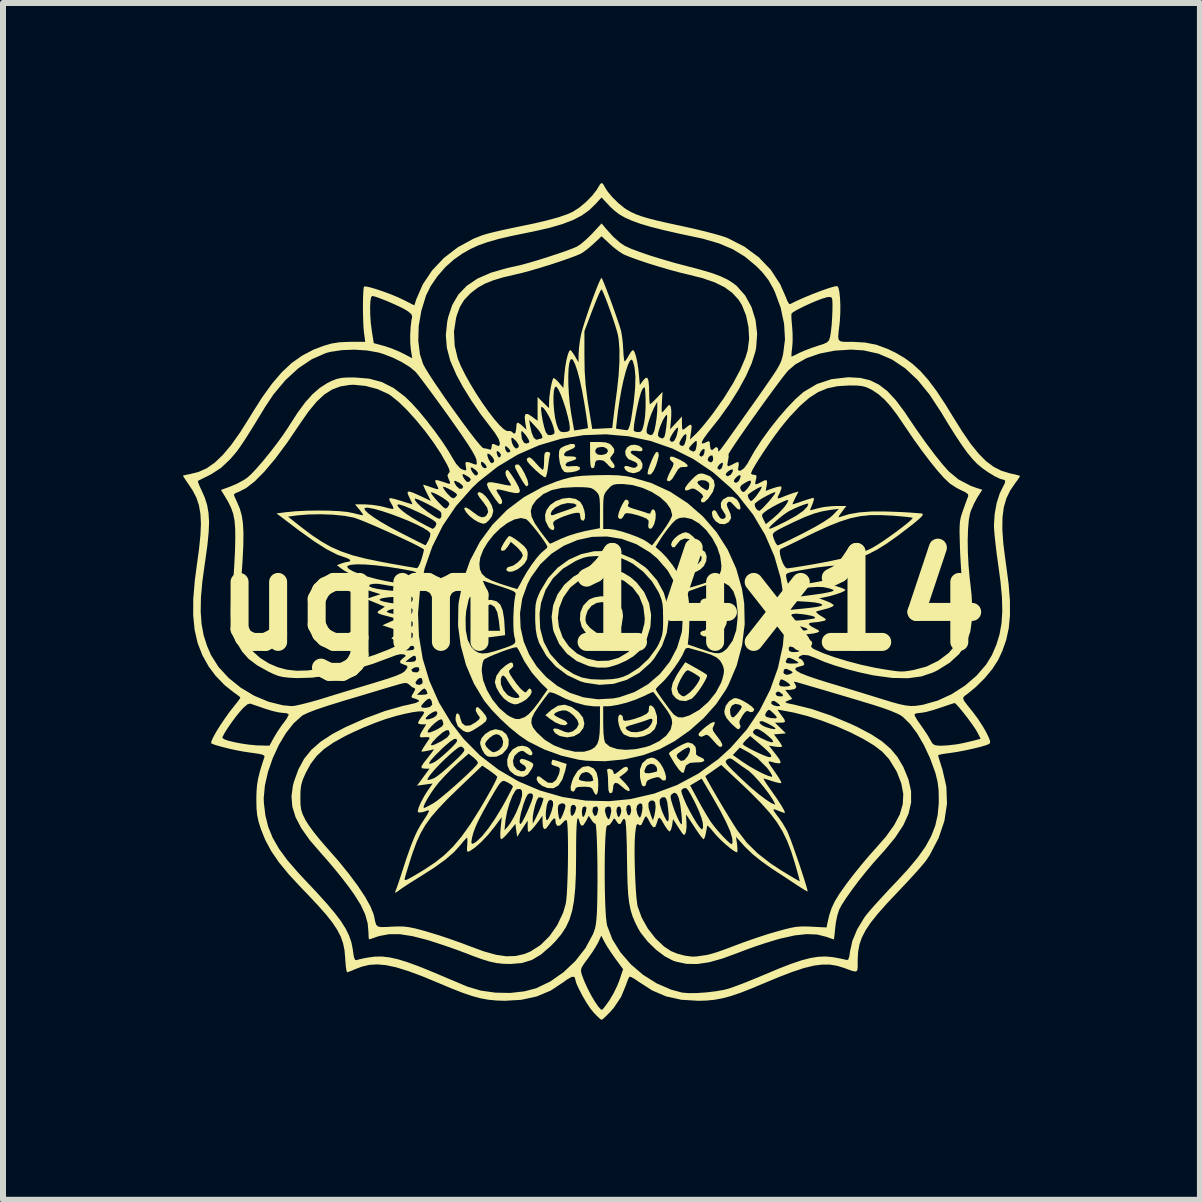
<source format=kicad_pcb>
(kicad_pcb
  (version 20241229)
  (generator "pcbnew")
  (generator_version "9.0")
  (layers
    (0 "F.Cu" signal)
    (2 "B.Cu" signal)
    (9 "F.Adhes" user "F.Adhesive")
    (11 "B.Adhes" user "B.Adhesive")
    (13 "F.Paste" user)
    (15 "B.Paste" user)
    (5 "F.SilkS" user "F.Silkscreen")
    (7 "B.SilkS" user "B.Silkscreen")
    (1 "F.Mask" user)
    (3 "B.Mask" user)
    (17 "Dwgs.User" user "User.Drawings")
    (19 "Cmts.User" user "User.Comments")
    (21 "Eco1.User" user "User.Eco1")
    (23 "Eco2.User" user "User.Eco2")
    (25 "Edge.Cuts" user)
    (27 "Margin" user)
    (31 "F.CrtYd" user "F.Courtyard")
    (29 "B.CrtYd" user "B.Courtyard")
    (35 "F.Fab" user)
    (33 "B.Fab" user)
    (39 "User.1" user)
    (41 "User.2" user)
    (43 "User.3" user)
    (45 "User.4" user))
  (footprint "ugm 14x14"
    (layer "F.Cu")
    (at 6.98 6.974)
    (property "Reference" "ugm 14x14" (at 0 0 0) (layer "F.SilkS") (effects (font (size 1.5 1.5) (thickness 0.3))))
    (attr board_only exclude_from_pos_files exclude_from_bom)
    (fp_poly (pts (xy -1.377 -2.274) (xy -1.336 -2.224) (xy -1.285 -2.133) (xy -1.236 -2.022) (xy -1.22 -1.951) (xy -1.239 -1.918) (xy -1.254 -1.916) (xy -1.276 -1.938) (xy -1.315 -1.996) (xy -1.362 -2.077) (xy -1.413 -2.17) (xy -1.44 -2.226) (xy -1.445 -2.256) (xy -1.433 -2.272) (xy -1.41 -2.282)) (stroke (width 0) (type solid)) (fill yes) (layer "F.SilkS"))
    (fp_poly (pts (xy 0.948 -2.476) (xy 0.953 -2.427) (xy 0.932 -2.338) (xy 0.906 -2.258) (xy 0.868 -2.174) (xy 0.829 -2.122) (xy 0.812 -2.112) (xy 0.773 -2.116) (xy 0.766 -2.128) (xy 0.776 -2.185) (xy 0.802 -2.265) (xy 0.836 -2.35) (xy 0.872 -2.427) (xy 0.903 -2.478) (xy 0.919 -2.491)) (stroke (width 0) (type solid)) (fill yes) (layer "F.SilkS"))
    (fp_poly (pts (xy 1.196 -2.407) (xy 1.267 -2.377) (xy 1.303 -2.36) (xy 1.389 -2.311) (xy 1.433 -2.271) (xy 1.433 -2.245) (xy 1.386 -2.236) (xy 1.363 -2.238) (xy 1.316 -2.233) (xy 1.277 -2.201) (xy 1.233 -2.129) (xy 1.229 -2.122) (xy 1.175 -2.035) (xy 1.129 -1.999) (xy 1.09 -2.012) (xy 1.089 -2.013) (xy 1.093 -2.043) (xy 1.117 -2.106) (xy 1.146 -2.165) (xy 1.186 -2.243) (xy 1.2 -2.288) (xy 1.192 -2.314) (xy 1.171 -2.328) (xy 1.139 -2.367) (xy 1.139 -2.394) (xy 1.157 -2.412)) (stroke (width 0) (type solid)) (fill yes) (layer "F.SilkS"))
    (fp_poly (pts (xy 1.89 2.023) (xy 1.874 2.069) (xy 1.866 2.083) (xy 1.851 2.119) (xy 1.859 2.159) (xy 1.897 2.215) (xy 1.931 2.258) (xy 1.982 2.328) (xy 2.011 2.384) (xy 2.012 2.407) (xy 1.991 2.43) (xy 1.962 2.425) (xy 1.918 2.386) (xy 1.858 2.319) (xy 1.799 2.254) (xy 1.76 2.227) (xy 1.731 2.23) (xy 1.716 2.24) (xy 1.665 2.261) (xy 1.625 2.246) (xy 1.615 2.217) (xy 1.634 2.188) (xy 1.685 2.138) (xy 1.739 2.092) (xy 1.817 2.035) (xy 1.869 2.012)) (stroke (width 0) (type solid)) (fill yes) (layer "F.SilkS"))
    (fp_poly (pts (xy -0.858 -2.478) (xy -0.858 -2.452) (xy -0.869 -2.404) (xy -0.882 -2.323) (xy -0.892 -2.246) (xy -0.905 -2.155) (xy -0.922 -2.089) (xy -0.935 -2.064) (xy -0.964 -2.075) (xy -1.021 -2.116) (xy -1.095 -2.18) (xy -1.116 -2.2) (xy -1.194 -2.278) (xy -1.237 -2.33) (xy -1.248 -2.363) (xy -1.236 -2.387) (xy -1.209 -2.4) (xy -1.174 -2.384) (xy -1.122 -2.333) (xy -1.099 -2.306) (xy -1.04 -2.242) (xy -0.995 -2.2) (xy -0.978 -2.19) (xy -0.967 -2.214) (xy -0.96 -2.278) (xy -0.958 -2.34) (xy -0.956 -2.427) (xy -0.946 -2.472) (xy -0.923 -2.489) (xy -0.9 -2.491)) (stroke (width 0) (type solid)) (fill yes) (layer "F.SilkS"))
    (fp_poly (pts (xy -0.798 2.646) (xy -0.739 2.662) (xy -0.701 2.675) (xy -0.582 2.714) (xy -0.606 2.824) (xy -0.655 2.974) (xy -0.72 3.072) (xy -0.804 3.119) (xy -0.905 3.114) (xy -0.989 3.079) (xy -1.053 3.028) (xy -1.084 2.972) (xy -1.074 2.925) (xy -1.072 2.922) (xy -1.037 2.922) (xy -0.983 2.961) (xy -0.976 2.968) (xy -0.895 3.025) (xy -0.822 3.029) (xy -0.76 2.982) (xy -0.713 2.885) (xy -0.701 2.842) (xy -0.696 2.789) (xy -0.723 2.763) (xy -0.768 2.75) (xy -0.828 2.728) (xy -0.838 2.694) (xy -0.837 2.691) (xy -0.823 2.651) (xy -0.821 2.643)) (stroke (width 0) (type solid)) (fill yes) (layer "F.SilkS"))
    (fp_poly (pts (xy -2.054 1.771) (xy -2.009 1.815) (xy -1.982 1.845) (xy -1.931 1.909) (xy -1.913 1.958) (xy -1.931 2.002) (xy -1.989 2.052) (xy -2.079 2.112) (xy -2.162 2.162) (xy -2.218 2.184) (xy -2.264 2.18) (xy -2.313 2.157) (xy -2.396 2.086) (xy -2.432 1.992) (xy -2.435 1.948) (xy -2.424 1.884) (xy -2.398 1.868) (xy -2.37 1.898) (xy -2.358 1.945) (xy -2.327 2.033) (xy -2.27 2.076) (xy -2.191 2.071) (xy -2.097 2.017) (xy -2.094 2.014) (xy -2.042 1.97) (xy -2.029 1.941) (xy -2.049 1.908) (xy -2.063 1.892) (xy -2.098 1.827) (xy -2.095 1.787) (xy -2.079 1.764)) (stroke (width 0) (type solid)) (fill yes) (layer "F.SilkS"))
    (fp_poly (pts (xy -1.984 -1.796) (xy -1.928 -1.744) (xy -1.874 -1.673) (xy -1.831 -1.596) (xy -1.808 -1.521) (xy -1.806 -1.498) (xy -1.828 -1.417) (xy -1.874 -1.354) (xy -1.925 -1.306) (xy -1.966 -1.291) (xy -2.02 -1.305) (xy -2.066 -1.325) (xy -2.137 -1.368) (xy -2.206 -1.425) (xy -2.26 -1.486) (xy -2.288 -1.537) (xy -2.287 -1.558) (xy -2.255 -1.561) (xy -2.193 -1.524) (xy -2.151 -1.492) (xy -2.061 -1.426) (xy -1.996 -1.399) (xy -1.946 -1.409) (xy -1.921 -1.429) (xy -1.891 -1.487) (xy -1.907 -1.558) (xy -1.97 -1.649) (xy -1.987 -1.669) (xy -2.038 -1.734) (xy -2.066 -1.786) (xy -2.067 -1.806) (xy -2.033 -1.82)) (stroke (width 0) (type solid)) (fill yes) (layer "F.SilkS"))
    (fp_poly (pts (xy 0.434 2.774) (xy 0.443 2.807) (xy 0.412 2.846) (xy 0.38 2.872) (xy 0.296 2.934) (xy 0.397 3.038) (xy 0.456 3.111) (xy 0.471 3.156) (xy 0.448 3.166) (xy 0.393 3.137) (xy 0.342 3.093) (xy 0.27 3.036) (xy 0.222 3.028) (xy 0.196 3.069) (xy 0.192 3.122) (xy 0.179 3.186) (xy 0.151 3.202) (xy 0.127 3.19) (xy 0.114 3.145) (xy 0.11 3.057) (xy 0.109 3.04) (xy 0.107 2.945) (xy 0.1 2.868) (xy 0.093 2.835) (xy 0.095 2.8) (xy 0.132 2.792) (xy 0.183 2.814) (xy 0.197 2.847) (xy 0.205 2.878) (xy 0.225 2.88) (xy 0.267 2.851) (xy 0.305 2.82) (xy 0.37 2.772) (xy 0.409 2.759)) (stroke (width 0) (type solid)) (fill yes) (layer "F.SilkS"))
    (fp_poly (pts (xy 0.621 -2.593) (xy 0.672 -2.558) (xy 0.684 -2.526) (xy 0.669 -2.502) (xy 0.617 -2.501) (xy 0.592 -2.506) (xy 0.513 -2.51) (xy 0.482 -2.492) (xy 0.501 -2.457) (xy 0.567 -2.416) (xy 0.647 -2.358) (xy 0.683 -2.289) (xy 0.677 -2.22) (xy 0.632 -2.165) (xy 0.549 -2.137) (xy 0.519 -2.135) (xy 0.445 -2.154) (xy 0.399 -2.187) (xy 0.375 -2.232) (xy 0.394 -2.256) (xy 0.445 -2.251) (xy 0.474 -2.239) (xy 0.534 -2.224) (xy 0.563 -2.228) (xy 0.6 -2.259) (xy 0.592 -2.298) (xy 0.544 -2.33) (xy 0.522 -2.336) (xy 0.444 -2.372) (xy 0.401 -2.432) (xy 0.394 -2.502) (xy 0.426 -2.565) (xy 0.481 -2.601) (xy 0.551 -2.61)) (stroke (width 0) (type solid)) (fill yes) (layer "F.SilkS"))
    (fp_poly (pts (xy -1.75 0.002) (xy -1.688 0.058) (xy -1.648 0.155) (xy -1.625 0.296) (xy -1.621 0.35) (xy -1.608 0.566) (xy -1.739 0.584) (xy -1.865 0.6) (xy -1.948 0.603) (xy -1.999 0.59) (xy -2.03 0.557) (xy -2.05 0.502) (xy -2.055 0.486) (xy -2.078 0.339) (xy -1.989 0.339) (xy -1.985 0.374) (xy -1.967 0.493) (xy -1.831 0.493) (xy -1.694 0.493) (xy -1.713 0.322) (xy -1.739 0.183) (xy -1.782 0.096) (xy -1.843 0.057) (xy -1.867 0.055) (xy -1.917 0.08) (xy -1.958 0.145) (xy -1.983 0.236) (xy -1.989 0.339) (xy -2.078 0.339) (xy -2.079 0.337) (xy -2.07 0.204) (xy -2.032 0.095) (xy -1.969 0.017) (xy -1.884 -0.02) (xy -1.837 -0.022)) (stroke (width 0) (type solid)) (fill yes) (layer "F.SilkS"))
    (fp_poly (pts (xy -1.506 -1.077) (xy -1.444 -1.039) (xy -1.372 -0.986) (xy -1.294 -0.92) (xy -1.252 -0.87) (xy -1.234 -0.82) (xy -1.232 -0.776) (xy -1.242 -0.7) (xy -1.282 -0.634) (xy -1.329 -0.585) (xy -1.404 -0.53) (xy -1.479 -0.497) (xy -1.543 -0.49) (xy -1.581 -0.51) (xy -1.588 -0.534) (xy -1.565 -0.567) (xy -1.535 -0.575) (xy -1.475 -0.594) (xy -1.406 -0.64) (xy -1.347 -0.699) (xy -1.315 -0.754) (xy -1.314 -0.766) (xy -1.333 -0.812) (xy -1.383 -0.873) (xy -1.413 -0.903) (xy -1.513 -0.99) (xy -1.566 -0.907) (xy -1.615 -0.85) (xy -1.659 -0.84) (xy -1.679 -0.857) (xy -1.672 -0.893) (xy -1.637 -0.96) (xy -1.633 -0.967) (xy -1.588 -1.035) (xy -1.551 -1.08) (xy -1.54 -1.088)) (stroke (width 0) (type solid)) (fill yes) (layer "F.SilkS"))
    (fp_poly (pts (xy -1.661 2.158) (xy -1.587 2.219) (xy -1.548 2.305) (xy -1.552 2.402) (xy -1.576 2.459) (xy -1.654 2.546) (xy -1.757 2.593) (xy -1.868 2.594) (xy -1.91 2.582) (xy -1.951 2.543) (xy -1.992 2.474) (xy -2.02 2.396) (xy -2.022 2.38) (xy -1.943 2.38) (xy -1.923 2.424) (xy -1.876 2.474) (xy -1.824 2.511) (xy -1.799 2.518) (xy -1.751 2.503) (xy -1.703 2.475) (xy -1.654 2.416) (xy -1.641 2.343) (xy -1.661 2.275) (xy -1.709 2.228) (xy -1.758 2.217) (xy -1.81 2.236) (xy -1.871 2.28) (xy -1.921 2.334) (xy -1.943 2.379) (xy -1.943 2.38) (xy -2.022 2.38) (xy -2.025 2.353) (xy -2.001 2.283) (xy -1.941 2.214) (xy -1.859 2.16) (xy -1.774 2.135) (xy -1.763 2.135)) (stroke (width 0) (type solid)) (fill yes) (layer "F.SilkS"))
    (fp_poly (pts (xy 2.185 -1.741) (xy 2.258 -1.695) (xy 2.301 -1.625) (xy 2.317 -1.554) (xy 2.303 -1.525) (xy 2.262 -1.542) (xy 2.215 -1.59) (xy 2.162 -1.647) (xy 2.127 -1.662) (xy 2.105 -1.65) (xy 2.087 -1.616) (xy 2.1 -1.565) (xy 2.12 -1.526) (xy 2.15 -1.452) (xy 2.159 -1.391) (xy 2.159 -1.384) (xy 2.121 -1.319) (xy 2.052 -1.284) (xy 1.969 -1.29) (xy 1.968 -1.29) (xy 1.9 -1.335) (xy 1.853 -1.402) (xy 1.839 -1.472) (xy 1.844 -1.492) (xy 1.871 -1.521) (xy 1.907 -1.502) (xy 1.942 -1.44) (xy 1.944 -1.434) (xy 1.982 -1.382) (xy 2.029 -1.37) (xy 2.068 -1.398) (xy 2.066 -1.439) (xy 2.045 -1.473) (xy 1.991 -1.561) (xy 1.989 -1.641) (xy 2.024 -1.696) (xy 2.103 -1.742)) (stroke (width 0) (type solid)) (fill yes) (layer "F.SilkS"))
    (fp_poly (pts (xy -1.545 -2.167) (xy -1.503 -2.109) (xy -1.45 -2.027) (xy -1.439 -2.009) (xy -1.382 -1.905) (xy -1.36 -1.839) (xy -1.378 -1.806) (xy -1.437 -1.802) (xy -1.544 -1.823) (xy -1.59 -1.835) (xy -1.69 -1.859) (xy -1.742 -1.865) (xy -1.753 -1.847) (xy -1.728 -1.8) (xy -1.691 -1.745) (xy -1.659 -1.678) (xy -1.662 -1.631) (xy -1.695 -1.615) (xy -1.72 -1.636) (xy -1.765 -1.692) (xy -1.82 -1.772) (xy -1.829 -1.785) (xy -1.89 -1.885) (xy -1.912 -1.949) (xy -1.894 -1.98) (xy -1.831 -1.984) (xy -1.72 -1.964) (xy -1.693 -1.958) (xy -1.604 -1.939) (xy -1.537 -1.929) (xy -1.51 -1.929) (xy -1.517 -1.956) (xy -1.549 -2.009) (xy -1.56 -2.025) (xy -1.595 -2.094) (xy -1.603 -2.152) (xy -1.584 -2.186) (xy -1.568 -2.189)) (stroke (width 0) (type solid)) (fill yes) (layer "F.SilkS"))
    (fp_poly (pts (xy -0.457 -2.621) (xy -0.438 -2.587) (xy -0.462 -2.553) (xy -0.521 -2.526) (xy -0.527 -2.524) (xy -0.59 -2.496) (xy -0.624 -2.458) (xy -0.625 -2.455) (xy -0.62 -2.426) (xy -0.582 -2.415) (xy -0.532 -2.416) (xy -0.454 -2.411) (xy -0.42 -2.391) (xy -0.432 -2.365) (xy -0.493 -2.341) (xy -0.505 -2.339) (xy -0.576 -2.314) (xy -0.602 -2.279) (xy -0.602 -2.279) (xy -0.59 -2.253) (xy -0.546 -2.247) (xy -0.493 -2.252) (xy -0.414 -2.254) (xy -0.366 -2.237) (xy -0.36 -2.208) (xy -0.373 -2.191) (xy -0.422 -2.168) (xy -0.497 -2.152) (xy -0.572 -2.147) (xy -0.621 -2.156) (xy -0.621 -2.156) (xy -0.663 -2.209) (xy -0.695 -2.299) (xy -0.711 -2.407) (xy -0.712 -2.439) (xy -0.706 -2.513) (xy -0.681 -2.554) (xy -0.621 -2.586) (xy -0.617 -2.588) (xy -0.516 -2.622)) (stroke (width 0) (type solid)) (fill yes) (layer "F.SilkS"))
    (fp_poly (pts (xy -0.208 2.753) (xy -0.13 2.79) (xy -0.082 2.861) (xy -0.058 2.971) (xy -0.055 3.058) (xy -0.06 3.161) (xy -0.076 3.218) (xy -0.099 3.226) (xy -0.128 3.183) (xy -0.137 3.161) (xy -0.159 3.12) (xy -0.196 3.1) (xy -0.265 3.093) (xy -0.3 3.093) (xy -0.387 3.097) (xy -0.429 3.112) (xy -0.438 3.134) (xy -0.46 3.17) (xy -0.479 3.175) (xy -0.512 3.153) (xy -0.516 3.092) (xy -0.492 3) (xy -0.473 2.953) (xy -0.379 2.953) (xy -0.371 2.979) (xy -0.335 2.992) (xy -0.255 3.006) (xy -0.184 3.005) (xy -0.142 2.992) (xy -0.137 2.982) (xy -0.159 2.91) (xy -0.213 2.859) (xy -0.26 2.847) (xy -0.325 2.867) (xy -0.355 2.899) (xy -0.379 2.953) (xy -0.473 2.953) (xy -0.467 2.938) (xy -0.399 2.828) (xy -0.317 2.763) (xy -0.227 2.749)) (stroke (width 0) (type solid)) (fill yes) (layer "F.SilkS"))
    (fp_poly (pts (xy 0.063 -2.649) (xy 0.13 -2.627) (xy 0.164 -2.6) (xy 0.211 -2.537) (xy 0.209 -2.481) (xy 0.174 -2.431) (xy 0.143 -2.39) (xy 0.153 -2.356) (xy 0.174 -2.331) (xy 0.209 -2.28) (xy 0.219 -2.249) (xy 0.203 -2.219) (xy 0.164 -2.224) (xy 0.118 -2.26) (xy 0.098 -2.285) (xy 0.035 -2.342) (xy -0.028 -2.354) (xy -0.086 -2.346) (xy -0.108 -2.315) (xy -0.109 -2.285) (xy -0.124 -2.23) (xy -0.151 -2.217) (xy -0.172 -2.227) (xy -0.184 -2.265) (xy -0.19 -2.339) (xy -0.192 -2.436) (xy -0.192 -2.518) (xy -0.106 -2.518) (xy -0.099 -2.476) (xy -0.062 -2.445) (xy 0.002 -2.438) (xy 0.069 -2.455) (xy 0.079 -2.461) (xy 0.107 -2.5) (xy 0.092 -2.54) (xy 0.043 -2.568) (xy 0.002 -2.573) (xy -0.074 -2.559) (xy -0.106 -2.518) (xy -0.192 -2.518) (xy -0.192 -2.655) (xy -0.041 -2.655)) (stroke (width 0) (type solid)) (fill yes) (layer "F.SilkS"))
    (fp_poly (pts (xy 0.447 -1.676) (xy 0.455 -1.633) (xy 0.441 -1.607) (xy 0.437 -1.585) (xy 0.475 -1.561) (xy 0.561 -1.533) (xy 0.568 -1.531) (xy 0.661 -1.503) (xy 0.739 -1.478) (xy 0.773 -1.465) (xy 0.812 -1.461) (xy 0.821 -1.489) (xy 0.842 -1.527) (xy 0.862 -1.533) (xy 0.89 -1.509) (xy 0.903 -1.45) (xy 0.899 -1.371) (xy 0.878 -1.29) (xy 0.871 -1.274) (xy 0.837 -1.216) (xy 0.804 -1.208) (xy 0.785 -1.222) (xy 0.777 -1.26) (xy 0.783 -1.3) (xy 0.784 -1.343) (xy 0.753 -1.375) (xy 0.693 -1.402) (xy 0.596 -1.435) (xy 0.497 -1.46) (xy 0.488 -1.461) (xy 0.419 -1.469) (xy 0.385 -1.455) (xy 0.37 -1.424) (xy 0.34 -1.38) (xy 0.302 -1.371) (xy 0.277 -1.397) (xy 0.274 -1.416) (xy 0.286 -1.473) (xy 0.313 -1.547) (xy 0.349 -1.621) (xy 0.383 -1.677) (xy 0.408 -1.697)) (stroke (width 0) (type solid)) (fill yes) (layer "F.SilkS"))
    (fp_poly (pts (xy 1.701 -2.125) (xy 1.809 -2.083) (xy 1.871 -2.016) (xy 1.887 -1.928) (xy 1.856 -1.824) (xy 1.777 -1.71) (xy 1.771 -1.704) (xy 1.715 -1.653) (xy 1.677 -1.647) (xy 1.657 -1.668) (xy 1.661 -1.703) (xy 1.669 -1.71) (xy 1.695 -1.742) (xy 1.675 -1.783) (xy 1.611 -1.836) (xy 1.549 -1.874) (xy 1.505 -1.879) (xy 1.471 -1.863) (xy 1.414 -1.845) (xy 1.39 -1.856) (xy 1.393 -1.891) (xy 1.437 -1.956) (xy 1.463 -1.984) (xy 1.597 -1.984) (xy 1.612 -1.953) (xy 1.659 -1.908) (xy 1.677 -1.895) (xy 1.735 -1.857) (xy 1.764 -1.849) (xy 1.782 -1.871) (xy 1.79 -1.888) (xy 1.796 -1.955) (xy 1.778 -1.985) (xy 1.731 -2.012) (xy 1.669 -2.019) (xy 1.615 -2.005) (xy 1.597 -1.984) (xy 1.463 -1.984) (xy 1.488 -2.012) (xy 1.559 -2.083) (xy 1.609 -2.119) (xy 1.653 -2.13)) (stroke (width 0) (type solid)) (fill yes) (layer "F.SilkS"))
    (fp_poly (pts (xy -1.245 2.426) (xy -1.195 2.459) (xy -1.154 2.522) (xy -1.157 2.562) (xy -1.193 2.57) (xy -1.254 2.536) (xy -1.266 2.526) (xy -1.308 2.496) (xy -1.349 2.499) (xy -1.391 2.52) (xy -1.453 2.58) (xy -1.478 2.661) (xy -1.465 2.742) (xy -1.413 2.806) (xy -1.411 2.807) (xy -1.341 2.836) (xy -1.286 2.829) (xy -1.26 2.79) (xy -1.259 2.781) (xy -1.282 2.741) (xy -1.314 2.723) (xy -1.356 2.694) (xy -1.367 2.656) (xy -1.344 2.63) (xy -1.326 2.628) (xy -1.273 2.64) (xy -1.204 2.669) (xy -1.203 2.669) (xy -1.15 2.7) (xy -1.137 2.729) (xy -1.156 2.778) (xy -1.167 2.799) (xy -1.23 2.89) (xy -1.304 2.929) (xy -1.395 2.917) (xy -1.451 2.893) (xy -1.53 2.827) (xy -1.57 2.74) (xy -1.574 2.644) (xy -1.544 2.55) (xy -1.484 2.472) (xy -1.398 2.421) (xy -1.319 2.409)) (stroke (width 0) (type solid)) (fill yes) (layer "F.SilkS"))
    (fp_poly (pts (xy 1.464 -1.128) (xy 1.527 -1.076) (xy 1.582 -1.011) (xy 1.613 -0.949) (xy 1.615 -0.935) (xy 1.638 -0.882) (xy 1.67 -0.862) (xy 1.727 -0.82) (xy 1.752 -0.749) (xy 1.744 -0.667) (xy 1.705 -0.586) (xy 1.645 -0.528) (xy 1.57 -0.488) (xy 1.498 -0.468) (xy 1.444 -0.469) (xy 1.423 -0.492) (xy 1.446 -0.52) (xy 1.502 -0.557) (xy 1.523 -0.568) (xy 1.613 -0.625) (xy 1.662 -0.684) (xy 1.669 -0.738) (xy 1.633 -0.777) (xy 1.554 -0.794) (xy 1.546 -0.794) (xy 1.483 -0.797) (xy 1.464 -0.812) (xy 1.477 -0.847) (xy 1.504 -0.931) (xy 1.492 -1.001) (xy 1.457 -1.036) (xy 1.384 -1.046) (xy 1.31 -1.014) (xy 1.254 -0.947) (xy 1.218 -0.9) (xy 1.18 -0.901) (xy 1.178 -0.903) (xy 1.158 -0.94) (xy 1.175 -0.994) (xy 1.221 -1.052) (xy 1.284 -1.104) (xy 1.356 -1.14) (xy 1.409 -1.15)) (stroke (width 0) (type solid)) (fill yes) (layer "F.SilkS"))
    (fp_poly (pts (xy 0.886 2.62) (xy 0.926 2.647) (xy 0.978 2.702) (xy 1.025 2.779) (xy 1.059 2.861) (xy 1.076 2.934) (xy 1.068 2.981) (xy 1.062 2.987) (xy 1.018 2.988) (xy 0.993 2.965) (xy 0.964 2.938) (xy 0.922 2.934) (xy 0.849 2.953) (xy 0.848 2.953) (xy 0.771 2.985) (xy 0.744 3.022) (xy 0.745 3.03) (xy 0.735 3.071) (xy 0.703 3.089) (xy 0.674 3.071) (xy 0.661 3.03) (xy 0.645 2.959) (xy 0.641 2.933) (xy 0.64 2.831) (xy 0.712 2.831) (xy 0.726 2.864) (xy 0.784 2.869) (xy 0.811 2.865) (xy 0.879 2.851) (xy 0.92 2.838) (xy 0.923 2.836) (xy 0.926 2.803) (xy 0.918 2.767) (xy 0.88 2.722) (xy 0.821 2.71) (xy 0.764 2.734) (xy 0.74 2.763) (xy 0.712 2.831) (xy 0.64 2.831) (xy 0.64 2.804) (xy 0.679 2.701) (xy 0.754 2.633) (xy 0.77 2.626) (xy 0.835 2.607)) (stroke (width 0) (type solid)) (fill yes) (layer "F.SilkS"))
    (fp_poly (pts (xy 2.291 1.629) (xy 2.364 1.664) (xy 2.441 1.71) (xy 2.506 1.757) (xy 2.542 1.796) (xy 2.545 1.806) (xy 2.525 1.843) (xy 2.48 1.85) (xy 2.452 1.836) (xy 2.422 1.828) (xy 2.386 1.857) (xy 2.346 1.912) (xy 2.302 1.991) (xy 2.298 2.038) (xy 2.304 2.047) (xy 2.318 2.088) (xy 2.299 2.126) (xy 2.276 2.135) (xy 2.247 2.117) (xy 2.194 2.07) (xy 2.15 2.027) (xy 2.082 1.946) (xy 2.051 1.878) (xy 2.047 1.832) (xy 2.055 1.8) (xy 2.142 1.8) (xy 2.147 1.883) (xy 2.149 1.889) (xy 2.171 1.933) (xy 2.202 1.935) (xy 2.248 1.892) (xy 2.283 1.849) (xy 2.326 1.789) (xy 2.338 1.757) (xy 2.32 1.736) (xy 2.302 1.726) (xy 2.23 1.711) (xy 2.173 1.739) (xy 2.142 1.8) (xy 2.055 1.8) (xy 2.07 1.743) (xy 2.126 1.667) (xy 2.199 1.621) (xy 2.237 1.615)) (stroke (width 0) (type solid)) (fill yes) (layer "F.SilkS"))
    (fp_poly (pts (xy 1.567 1.112) (xy 1.655 1.162) (xy 1.723 1.204) (xy 1.758 1.228) (xy 1.759 1.229) (xy 1.756 1.261) (xy 1.727 1.322) (xy 1.681 1.401) (xy 1.625 1.485) (xy 1.567 1.56) (xy 1.516 1.614) (xy 1.502 1.625) (xy 1.404 1.665) (xy 1.303 1.655) (xy 1.241 1.621) (xy 1.182 1.552) (xy 1.164 1.467) (xy 1.165 1.459) (xy 1.259 1.459) (xy 1.281 1.528) (xy 1.335 1.576) (xy 1.373 1.587) (xy 1.404 1.571) (xy 1.458 1.531) (xy 1.477 1.516) (xy 1.537 1.455) (xy 1.592 1.381) (xy 1.631 1.314) (xy 1.642 1.276) (xy 1.621 1.254) (xy 1.57 1.219) (xy 1.509 1.183) (xy 1.455 1.156) (xy 1.434 1.15) (xy 1.401 1.172) (xy 1.359 1.23) (xy 1.315 1.306) (xy 1.279 1.384) (xy 1.26 1.447) (xy 1.259 1.459) (xy 1.165 1.459) (xy 1.186 1.363) (xy 1.251 1.234) (xy 1.312 1.138) (xy 1.396 1.016)) (stroke (width 0) (type solid)) (fill yes) (layer "F.SilkS"))
    (fp_poly (pts (xy -0.501 1.762) (xy -0.387 1.844) (xy -0.31 1.94) (xy -0.287 2.041) (xy -0.304 2.114) (xy -0.366 2.197) (xy -0.461 2.251) (xy -0.575 2.27) (xy -0.692 2.248) (xy -0.699 2.246) (xy -0.762 2.208) (xy -0.789 2.181) (xy -0.809 2.14) (xy -0.786 2.121) (xy -0.733 2.128) (xy -0.686 2.147) (xy -0.615 2.177) (xy -0.555 2.19) (xy -0.555 2.19) (xy -0.48 2.169) (xy -0.417 2.119) (xy -0.384 2.055) (xy -0.383 2.043) (xy -0.405 1.98) (xy -0.461 1.91) (xy -0.533 1.851) (xy -0.592 1.822) (xy -0.649 1.82) (xy -0.716 1.836) (xy -0.771 1.862) (xy -0.794 1.889) (xy -0.771 1.911) (xy -0.713 1.943) (xy -0.672 1.962) (xy -0.597 2) (xy -0.569 2.033) (xy -0.573 2.05) (xy -0.614 2.069) (xy -0.684 2.058) (xy -0.77 2.021) (xy -0.858 1.963) (xy -0.858 1.963) (xy -0.937 1.9) (xy -0.837 1.812) (xy -0.727 1.742) (xy -0.616 1.725)) (stroke (width 0) (type solid)) (fill yes) (layer "F.SilkS"))
    (fp_poly (pts (xy 0.097 -0.077) (xy 0.158 -0.054) (xy 0.221 -0.004) (xy 0.25 0.024) (xy 0.313 0.094) (xy 0.345 0.153) (xy 0.355 0.225) (xy 0.356 0.26) (xy 0.333 0.407) (xy 0.268 0.521) (xy 0.162 0.602) (xy 0.136 0.613) (xy 0.051 0.644) (xy -0.011 0.653) (xy -0.074 0.638) (xy -0.156 0.604) (xy -0.262 0.529) (xy -0.331 0.426) (xy -0.358 0.32) (xy -0.269 0.32) (xy -0.253 0.372) (xy -0.205 0.43) (xy -0.184 0.451) (xy -0.085 0.526) (xy 0.011 0.547) (xy 0.108 0.515) (xy 0.17 0.468) (xy 0.23 0.403) (xy 0.255 0.336) (xy 0.259 0.277) (xy 0.238 0.164) (xy 0.182 0.082) (xy 0.103 0.032) (xy 0.011 0.014) (xy -0.082 0.028) (xy -0.167 0.076) (xy -0.232 0.156) (xy -0.264 0.254) (xy -0.269 0.32) (xy -0.358 0.32) (xy -0.361 0.307) (xy -0.353 0.185) (xy -0.305 0.072) (xy -0.216 -0.021) (xy -0.191 -0.037) (xy -0.116 -0.065) (xy -0.019 -0.081) (xy 0.014 -0.082)) (stroke (width 0) (type solid)) (fill yes) (layer "F.SilkS"))
    (fp_poly (pts (xy 1.518 2.376) (xy 1.567 2.43) (xy 1.577 2.5) (xy 1.576 2.506) (xy 1.575 2.553) (xy 1.611 2.584) (xy 1.642 2.596) (xy 1.702 2.628) (xy 1.713 2.658) (xy 1.678 2.681) (xy 1.604 2.688) (xy 1.579 2.687) (xy 1.475 2.695) (xy 1.407 2.738) (xy 1.383 2.811) (xy 1.383 2.814) (xy 1.371 2.859) (xy 1.338 2.856) (xy 1.289 2.808) (xy 1.225 2.717) (xy 1.222 2.713) (xy 1.173 2.631) (xy 1.139 2.573) (xy 1.251 2.573) (xy 1.265 2.608) (xy 1.274 2.622) (xy 1.324 2.663) (xy 1.378 2.65) (xy 1.435 2.585) (xy 1.469 2.516) (xy 1.476 2.461) (xy 1.454 2.436) (xy 1.449 2.436) (xy 1.41 2.45) (xy 1.347 2.486) (xy 1.327 2.5) (xy 1.269 2.542) (xy 1.251 2.573) (xy 1.139 2.573) (xy 1.137 2.568) (xy 1.122 2.538) (xy 1.122 2.537) (xy 1.144 2.512) (xy 1.201 2.472) (xy 1.275 2.427) (xy 1.352 2.387) (xy 1.416 2.36) (xy 1.444 2.354)) (stroke (width 0) (type solid)) (fill yes) (layer "F.SilkS"))
    (fp_poly (pts (xy 1.936 -0.009) (xy 2.02 0.068) (xy 2.076 0.171) (xy 2.094 0.293) (xy 2.081 0.38) (xy 2.026 0.496) (xy 1.939 0.569) (xy 1.822 0.599) (xy 1.69 0.583) (xy 1.649 0.555) (xy 1.647 0.518) (xy 1.683 0.494) (xy 1.697 0.493) (xy 1.724 0.488) (xy 1.741 0.467) (xy 1.749 0.418) (xy 1.749 0.401) (xy 1.837 0.401) (xy 1.84 0.468) (xy 1.848 0.499) (xy 1.865 0.503) (xy 1.888 0.493) (xy 1.946 0.445) (xy 1.97 0.412) (xy 1.996 0.317) (xy 1.99 0.214) (xy 1.953 0.127) (xy 1.942 0.115) (xy 1.896 0.072) (xy 1.865 0.055) (xy 1.855 0.08) (xy 1.846 0.147) (xy 1.84 0.245) (xy 1.839 0.288) (xy 1.837 0.401) (xy 1.749 0.401) (xy 1.752 0.331) (xy 1.752 0.274) (xy 1.751 0.165) (xy 1.745 0.099) (xy 1.733 0.067) (xy 1.711 0.056) (xy 1.697 0.055) (xy 1.652 0.04) (xy 1.646 0.006) (xy 1.676 -0.029) (xy 1.711 -0.044) (xy 1.83 -0.049)) (stroke (width 0) (type solid)) (fill yes) (layer "F.SilkS"))
    (fp_poly (pts (xy -0.431 -1.705) (xy -0.357 -1.658) (xy -0.317 -1.595) (xy -0.289 -1.517) (xy -0.275 -1.439) (xy -0.279 -1.376) (xy -0.302 -1.343) (xy -0.311 -1.341) (xy -0.347 -1.364) (xy -0.356 -1.413) (xy -0.361 -1.461) (xy -0.387 -1.476) (xy -0.448 -1.47) (xy -0.527 -1.45) (xy -0.627 -1.416) (xy -0.682 -1.394) (xy -0.766 -1.353) (xy -0.805 -1.32) (xy -0.807 -1.289) (xy -0.787 -1.227) (xy -0.794 -1.196) (xy -0.813 -1.186) (xy -0.849 -1.197) (xy -0.885 -1.237) (xy -0.936 -1.342) (xy -0.943 -1.438) (xy -0.935 -1.463) (xy -0.848 -1.463) (xy -0.842 -1.435) (xy -0.806 -1.436) (xy -0.801 -1.439) (xy -0.75 -1.458) (xy -0.667 -1.488) (xy -0.582 -1.517) (xy -0.479 -1.554) (xy -0.426 -1.582) (xy -0.418 -1.605) (xy -0.454 -1.625) (xy -0.468 -1.629) (xy -0.564 -1.637) (xy -0.674 -1.612) (xy -0.771 -1.562) (xy -0.777 -1.557) (xy -0.826 -1.508) (xy -0.848 -1.463) (xy -0.935 -1.463) (xy -0.919 -1.518) (xy -0.858 -1.604) (xy -0.764 -1.67) (xy -0.652 -1.711) (xy -0.536 -1.724)) (stroke (width 0) (type solid)) (fill yes) (layer "F.SilkS"))
    (fp_poly (pts (xy -1.477 1.042) (xy -1.473 1.087) (xy -1.507 1.123) (xy -1.537 1.149) (xy -1.544 1.176) (xy -1.526 1.218) (xy -1.482 1.287) (xy -1.422 1.372) (xy -1.359 1.448) (xy -1.334 1.473) (xy -1.286 1.514) (xy -1.26 1.519) (xy -1.238 1.49) (xy -1.236 1.487) (xy -1.206 1.454) (xy -1.176 1.468) (xy -1.164 1.513) (xy -1.192 1.572) (xy -1.25 1.633) (xy -1.326 1.681) (xy -1.399 1.713) (xy -1.449 1.72) (xy -1.504 1.703) (xy -1.554 1.679) (xy -1.629 1.622) (xy -1.7 1.536) (xy -1.754 1.439) (xy -1.779 1.352) (xy -1.779 1.343) (xy -1.768 1.3) (xy -1.681 1.3) (xy -1.678 1.387) (xy -1.638 1.481) (xy -1.571 1.56) (xy -1.554 1.572) (xy -1.494 1.601) (xy -1.431 1.614) (xy -1.383 1.609) (xy -1.369 1.592) (xy -1.387 1.558) (xy -1.426 1.517) (xy -1.475 1.461) (xy -1.531 1.382) (xy -1.552 1.348) (xy -1.603 1.268) (xy -1.639 1.237) (xy -1.664 1.253) (xy -1.681 1.3) (xy -1.768 1.3) (xy -1.754 1.245) (xy -1.686 1.146) (xy -1.596 1.068) (xy -1.533 1.029) (xy -1.498 1.022)) (stroke (width 0) (type solid)) (fill yes) (layer "F.SilkS"))
    (fp_poly (pts (xy 0.863 1.765) (xy 0.888 1.803) (xy 0.924 1.918) (xy 0.924 2.034) (xy 0.886 2.132) (xy 0.886 2.132) (xy 0.809 2.203) (xy 0.703 2.25) (xy 0.586 2.271) (xy 0.473 2.264) (xy 0.381 2.226) (xy 0.357 2.205) (xy 0.317 2.143) (xy 0.307 2.116) (xy 0.401 2.116) (xy 0.422 2.142) (xy 0.426 2.147) (xy 0.494 2.18) (xy 0.587 2.184) (xy 0.686 2.162) (xy 0.771 2.116) (xy 0.782 2.106) (xy 0.828 2.048) (xy 0.848 1.996) (xy 0.848 1.994) (xy 0.842 1.962) (xy 0.811 1.961) (xy 0.773 1.975) (xy 0.705 2) (xy 0.609 2.03) (xy 0.537 2.052) (xy 0.45 2.078) (xy 0.408 2.097) (xy 0.401 2.116) (xy 0.307 2.116) (xy 0.289 2.065) (xy 0.275 1.986) (xy 0.279 1.923) (xy 0.302 1.89) (xy 0.311 1.889) (xy 0.348 1.911) (xy 0.356 1.946) (xy 0.362 1.983) (xy 0.39 1.994) (xy 0.455 1.986) (xy 0.458 1.985) (xy 0.551 1.961) (xy 0.653 1.925) (xy 0.677 1.915) (xy 0.752 1.876) (xy 0.784 1.839) (xy 0.787 1.804) (xy 0.793 1.748) (xy 0.823 1.735)) (stroke (width 0) (type solid)) (fill yes) (layer "F.SilkS"))
    (fp_poly (pts (xy 0.03 -0.542) (xy 0.037 -0.542) (xy 0.214 -0.521) (xy 0.356 -0.477) (xy 0.482 -0.402) (xy 0.585 -0.311) (xy 0.712 -0.149) (xy 0.792 0.033) (xy 0.826 0.229) (xy 0.814 0.428) (xy 0.755 0.622) (xy 0.649 0.803) (xy 0.619 0.841) (xy 0.531 0.918) (xy 0.407 0.993) (xy 0.267 1.055) (xy 0.13 1.097) (xy 0.068 1.107) (xy -0.065 1.107) (xy -0.203 1.084) (xy -0.214 1.081) (xy -0.413 0.999) (xy -0.578 0.874) (xy -0.707 0.712) (xy -0.796 0.514) (xy -0.81 0.465) (xy -0.832 0.278) (xy -0.729 0.278) (xy -0.712 0.424) (xy -0.649 0.603) (xy -0.544 0.755) (xy -0.408 0.873) (xy -0.246 0.955) (xy -0.069 0.996) (xy 0.116 0.991) (xy 0.285 0.944) (xy 0.443 0.849) (xy 0.572 0.715) (xy 0.665 0.553) (xy 0.714 0.372) (xy 0.72 0.288) (xy 0.696 0.091) (xy 0.627 -0.084) (xy 0.517 -0.23) (xy 0.373 -0.341) (xy 0.2 -0.412) (xy 0.005 -0.437) (xy 0.001 -0.437) (xy -0.203 -0.413) (xy -0.378 -0.343) (xy -0.522 -0.229) (xy -0.634 -0.07) (xy -0.642 -0.055) (xy -0.708 0.115) (xy -0.729 0.278) (xy -0.832 0.278) (xy -0.834 0.265) (xy -0.808 0.069) (xy -0.735 -0.114) (xy -0.62 -0.277) (xy -0.466 -0.412) (xy -0.335 -0.486) (xy -0.25 -0.521) (xy -0.175 -0.54) (xy -0.089 -0.546)) (stroke (width 0) (type solid)) (fill yes) (layer "F.SilkS"))
    (fp_poly (pts (xy 0.313 -0.795) (xy 0.526 -0.706) (xy 0.725 -0.568) (xy 0.765 -0.532) (xy 0.925 -0.348) (xy 1.037 -0.143) (xy 1.101 0.075) (xy 1.118 0.301) (xy 1.087 0.527) (xy 1.007 0.746) (xy 0.879 0.952) (xy 0.816 1.027) (xy 0.63 1.193) (xy 0.422 1.31) (xy 0.198 1.378) (xy -0.037 1.394) (xy -0.277 1.358) (xy -0.359 1.333) (xy -0.573 1.232) (xy -0.763 1.089) (xy -0.92 0.912) (xy -1.035 0.709) (xy -1.046 0.684) (xy -1.078 0.584) (xy -1.097 0.475) (xy -1.106 0.339) (xy -1.107 0.274) (xy -1.106 0.208) (xy -1.034 0.208) (xy -1.024 0.455) (xy -0.964 0.679) (xy -0.857 0.879) (xy -0.703 1.05) (xy -0.602 1.129) (xy -0.462 1.216) (xy -0.327 1.272) (xy -0.18 1.3) (xy -0.003 1.307) (xy 0.043 1.306) (xy 0.177 1.299) (xy 0.277 1.284) (xy 0.364 1.258) (xy 0.448 1.221) (xy 0.625 1.108) (xy 0.786 0.957) (xy 0.914 0.783) (xy 0.949 0.72) (xy 0.985 0.639) (xy 1.008 0.568) (xy 1.021 0.488) (xy 1.026 0.384) (xy 1.026 0.287) (xy 1.025 0.153) (xy 1.017 0.056) (xy 1.001 -0.022) (xy 0.973 -0.098) (xy 0.95 -0.151) (xy 0.841 -0.33) (xy 0.693 -0.493) (xy 0.523 -0.624) (xy 0.427 -0.675) (xy 0.338 -0.713) (xy 0.259 -0.736) (xy 0.171 -0.748) (xy 0.054 -0.752) (xy -0.000001 -0.753) (xy -0.13 -0.751) (xy -0.224 -0.743) (xy -0.302 -0.725) (xy -0.383 -0.693) (xy -0.438 -0.668) (xy -0.645 -0.542) (xy -0.811 -0.382) (xy -0.933 -0.191) (xy -1.009 0.026) (xy -1.034 0.208) (xy -1.106 0.208) (xy -1.106 0.145) (xy -1.099 0.052) (xy -1.082 -0.025) (xy -1.051 -0.105) (xy -1.021 -0.17) (xy -0.893 -0.384) (xy -0.733 -0.558) (xy -0.548 -0.692) (xy -0.344 -0.784) (xy -0.128 -0.833) (xy 0.093 -0.837)) (stroke (width 0) (type solid)) (fill yes) (layer "F.SilkS"))
    (fp_poly (pts (xy 0.272 -2.099) (xy 0.407 -2.085) (xy 0.483 -2.071) (xy 0.825 -1.972) (xy 1.143 -1.826) (xy 1.433 -1.637) (xy 1.692 -1.411) (xy 1.917 -1.151) (xy 2.102 -0.861) (xy 2.244 -0.545) (xy 2.34 -0.209) (xy 2.378 0.034) (xy 2.386 0.382) (xy 2.343 0.732) (xy 2.252 1.074) (xy 2.114 1.398) (xy 2.072 1.476) (xy 1.911 1.715) (xy 1.706 1.945) (xy 1.47 2.155) (xy 1.214 2.335) (xy 0.973 2.465) (xy 0.688 2.568) (xy 0.377 2.637) (xy 0.055 2.668) (xy -0.258 2.659) (xy -0.387 2.642) (xy -0.667 2.576) (xy -0.952 2.473) (xy -1.218 2.34) (xy -1.229 2.334) (xy -1.371 2.237) (xy -1.529 2.109) (xy -1.613 2.031) (xy -1.172 2.031) (xy -1.144 2.105) (xy -1.081 2.186) (xy -1.078 2.189) (xy -0.947 2.311) (xy -0.797 2.402) (xy -0.634 2.466) (xy -0.448 2.509) (xy -0.293 2.51) (xy -0.179 2.476) (xy -0.116 2.437) (xy -0.073 2.383) (xy -0.046 2.305) (xy -0.032 2.193) (xy -0.027 2.036) (xy -0.027 2.024) (xy -0.027 1.752) (xy 0.027 1.752) (xy 0.027 2.034) (xy 0.031 2.192) (xy 0.043 2.303) (xy 0.061 2.362) (xy 0.062 2.363) (xy 0.139 2.425) (xy 0.255 2.464) (xy 0.399 2.478) (xy 0.561 2.467) (xy 0.73 2.432) (xy 0.816 2.404) (xy 0.964 2.331) (xy 1.078 2.241) (xy 1.152 2.139) (xy 1.177 2.035) (xy 1.171 1.974) (xy 1.147 1.91) (xy 1.1 1.832) (xy 1.023 1.726) (xy 1.022 1.724) (xy 0.955 1.635) (xy 0.901 1.563) (xy 0.868 1.52) (xy 0.862 1.512) (xy 0.838 1.52) (xy 0.777 1.547) (xy 0.696 1.586) (xy 0.567 1.641) (xy 0.419 1.691) (xy 0.271 1.728) (xy 0.145 1.749) (xy 0.103 1.751) (xy 0.027 1.752) (xy -0.027 1.752) (xy -0.132 1.752) (xy -0.272 1.735) (xy -0.437 1.69) (xy -0.611 1.621) (xy -0.692 1.58) (xy -0.784 1.537) (xy -0.85 1.518) (xy -0.875 1.522) (xy -0.901 1.554) (xy -0.951 1.619) (xy -1.014 1.704) (xy -1.038 1.737) (xy -1.12 1.859) (xy -1.164 1.953) (xy -1.172 2.031) (xy -1.613 2.031) (xy -1.687 1.962) (xy -1.833 1.81) (xy -1.95 1.667) (xy -1.96 1.654) (xy -2.13 1.371) (xy -2.217 1.165) (xy -1.998 1.165) (xy -1.975 1.317) (xy -1.913 1.479) (xy -1.82 1.639) (xy -1.705 1.782) (xy -1.578 1.892) (xy -1.519 1.928) (xy -1.439 1.962) (xy -1.373 1.965) (xy -1.294 1.937) (xy -1.277 1.929) (xy -1.215 1.883) (xy -1.137 1.799) (xy -1.052 1.689) (xy -1.045 1.679) (xy -0.9 1.471) (xy -1.009 1.366) (xy -1.159 1.195) (xy -1.288 1) (xy -1.344 0.889) (xy -1.38 0.818) (xy -1.409 0.774) (xy -1.419 0.766) (xy -1.471 0.776) (xy -1.555 0.802) (xy -1.657 0.838) (xy -1.764 0.88) (xy -1.86 0.92) (xy -1.932 0.955) (xy -1.964 0.977) (xy -1.984 1.03) (xy -1.996 1.114) (xy -1.998 1.165) (xy -2.217 1.165) (xy -2.261 1.062) (xy -2.349 0.736) (xy -2.393 0.405) (xy -2.391 0.28) (xy -2.267 0.28) (xy -2.264 0.484) (xy -2.232 0.645) (xy -2.172 0.764) (xy -2.115 0.821) (xy -2.055 0.857) (xy -1.986 0.872) (xy -1.898 0.864) (xy -1.779 0.833) (xy -1.697 0.807) (xy -1.575 0.765) (xy -1.496 0.734) (xy -1.453 0.707) (xy -1.438 0.675) (xy -1.443 0.632) (xy -1.455 0.587) (xy -1.466 0.511) (xy -1.471 0.398) (xy -1.471 0.264) (xy -1.468 0.202) (xy -1.36 0.202) (xy -1.35 0.442) (xy -1.298 0.674) (xy -1.206 0.891) (xy -1.08 1.09) (xy -0.923 1.265) (xy -0.738 1.412) (xy -0.531 1.526) (xy -0.304 1.602) (xy -0.061 1.635) (xy 0.193 1.621) (xy 0.299 1.6) (xy 0.549 1.514) (xy 0.63 1.468) (xy 0.903 1.468) (xy 0.918 1.498) (xy 0.958 1.559) (xy 1.014 1.64) (xy 1.077 1.726) (xy 1.137 1.807) (xy 1.187 1.869) (xy 1.209 1.893) (xy 1.274 1.934) (xy 1.355 1.938) (xy 1.464 1.904) (xy 1.471 1.901) (xy 1.631 1.81) (xy 1.78 1.679) (xy 1.905 1.523) (xy 1.994 1.357) (xy 2.013 1.3) (xy 2.036 1.209) (xy 2.041 1.146) (xy 2.027 1.088) (xy 2.015 1.058) (xy 1.977 0.991) (xy 1.918 0.938) (xy 1.828 0.893) (xy 1.698 0.849) (xy 1.656 0.837) (xy 1.561 0.81) (xy 1.483 0.788) (xy 1.446 0.777) (xy 1.402 0.788) (xy 1.381 0.827) (xy 1.347 0.902) (xy 1.286 1.004) (xy 1.209 1.116) (xy 1.127 1.225) (xy 1.049 1.316) (xy 1.013 1.352) (xy 0.952 1.41) (xy 0.912 1.453) (xy 0.903 1.468) (xy 0.63 1.468) (xy 0.776 1.383) (xy 0.974 1.212) (xy 1.136 1.009) (xy 1.258 0.778) (xy 1.334 0.527) (xy 1.343 0.472) (xy 1.355 0.212) (xy 1.316 -0.045) (xy 1.277 -0.158) (xy 1.426 -0.158) (xy 1.445 -0.072) (xy 1.455 0.005) (xy 1.461 0.119) (xy 1.464 0.255) (xy 1.462 0.396) (xy 1.457 0.524) (xy 1.451 0.599) (xy 1.437 0.72) (xy 1.656 0.796) (xy 1.792 0.841) (xy 1.89 0.865) (xy 1.961 0.867) (xy 2.018 0.848) (xy 2.071 0.807) (xy 2.094 0.785) (xy 2.186 0.655) (xy 2.245 0.485) (xy 2.268 0.276) (xy 2.266 0.151) (xy 2.244 -0.03) (xy 2.198 -0.165) (xy 2.126 -0.257) (xy 2.053 -0.301) (xy 2.004 -0.317) (xy 1.953 -0.321) (xy 1.887 -0.312) (xy 1.796 -0.286) (xy 1.669 -0.244) (xy 1.623 -0.228) (xy 1.426 -0.158) (xy 1.277 -0.158) (xy 1.23 -0.29) (xy 1.099 -0.516) (xy 0.928 -0.713) (xy 0.808 -0.813) (xy 0.656 -0.905) (xy 0.899 -0.905) (xy 0.999 -0.817) (xy 1.089 -0.723) (xy 1.186 -0.599) (xy 1.275 -0.464) (xy 1.342 -0.34) (xy 1.351 -0.32) (xy 1.386 -0.256) (xy 1.42 -0.221) (xy 1.429 -0.219) (xy 1.47 -0.227) (xy 1.548 -0.248) (xy 1.649 -0.279) (xy 1.683 -0.29) (xy 1.821 -0.34) (xy 1.913 -0.39) (xy 1.968 -0.447) (xy 1.993 -0.52) (xy 1.998 -0.591) (xy 1.978 -0.748) (xy 1.925 -0.905) (xy 1.843 -1.056) (xy 1.742 -1.189) (xy 1.627 -1.296) (xy 1.506 -1.368) (xy 1.386 -1.396) (xy 1.381 -1.396) (xy 1.303 -1.389) (xy 1.244 -1.362) (xy 1.181 -1.302) (xy 1.173 -1.293) (xy 1.105 -1.21) (xy 1.03 -1.108) (xy 0.99 -1.048) (xy 0.899 -0.905) (xy 0.656 -0.905) (xy 0.58 -0.951) (xy 0.338 -1.039) (xy 0.09 -1.079) (xy -0.157 -1.073) (xy -0.399 -1.021) (xy -0.628 -0.926) (xy -0.838 -0.79) (xy -1.023 -0.614) (xy -1.177 -0.399) (xy -1.235 -0.287) (xy -1.323 -0.043) (xy -1.36 0.202) (xy -1.468 0.202) (xy -1.465 0.128) (xy -1.455 0.006) (xy -1.441 -0.084) (xy -1.436 -0.1) (xy -1.432 -0.128) (xy -1.445 -0.151) (xy -1.484 -0.174) (xy -1.556 -0.203) (xy -1.671 -0.242) (xy -1.694 -0.249) (xy -1.97 -0.34) (xy -2.046 -0.285) (xy -2.144 -0.18) (xy -2.215 -0.031) (xy -2.257 0.161) (xy -2.267 0.28) (xy -2.391 0.28) (xy -2.388 0.079) (xy -2.382 0.018) (xy -2.311 -0.342) (xy -2.211 -0.626) (xy -2.037 -0.626) (xy -2.029 -0.533) (xy -1.997 -0.459) (xy -1.934 -0.398) (xy -1.832 -0.344) (xy -1.685 -0.289) (xy -1.656 -0.28) (xy -1.549 -0.246) (xy -1.465 -0.22) (xy -1.414 -0.205) (xy -1.405 -0.203) (xy -1.391 -0.227) (xy -1.358 -0.286) (xy -1.314 -0.369) (xy -1.314 -0.37) (xy -1.246 -0.487) (xy -1.169 -0.605) (xy -1.089 -0.712) (xy -1.016 -0.797) (xy -0.96 -0.847) (xy -0.954 -0.851) (xy -0.913 -0.885) (xy -0.903 -0.906) (xy -0.92 -0.944) (xy -0.963 -1.011) (xy -1.024 -1.096) (xy -1.093 -1.186) (xy -1.161 -1.269) (xy -1.219 -1.334) (xy -1.257 -1.368) (xy -1.258 -1.368) (xy -1.348 -1.387) (xy -1.454 -1.363) (xy -1.569 -1.305) (xy -1.686 -1.218) (xy -1.797 -1.11) (xy -1.895 -0.987) (xy -1.973 -0.858) (xy -2.023 -0.728) (xy -2.037 -0.626) (xy -2.211 -0.626) (xy -2.192 -0.68) (xy -2.028 -0.992) (xy -1.821 -1.274) (xy -1.594 -1.505) (xy -1.181 -1.505) (xy -1.167 -1.41) (xy -1.113 -1.298) (xy -1.022 -1.166) (xy -0.954 -1.076) (xy -0.9 -1.006) (xy -0.867 -0.965) (xy -0.861 -0.958) (xy -0.835 -0.969) (xy -0.772 -0.997) (xy -0.686 -1.037) (xy -0.673 -1.043) (xy -0.553 -1.091) (xy -0.409 -1.136) (xy -0.27 -1.171) (xy -0.259 -1.173) (xy -0.028 -1.218) (xy -0.027 -1.491) (xy 0.027 -1.491) (xy 0.027 -1.204) (xy 0.13 -1.204) (xy 0.218 -1.192) (xy 0.336 -1.163) (xy 0.469 -1.12) (xy 0.597 -1.072) (xy 0.703 -1.023) (xy 0.757 -0.99) (xy 0.81 -0.952) (xy 0.84 -0.932) (xy 0.841 -0.931) (xy 0.859 -0.952) (xy 0.901 -1.007) (xy 0.962 -1.088) (xy 1.012 -1.155) (xy 1.082 -1.256) (xy 1.137 -1.345) (xy 1.17 -1.411) (xy 1.177 -1.436) (xy 1.151 -1.538) (xy 1.08 -1.64) (xy 0.972 -1.737) (xy 0.836 -1.822) (xy 0.682 -1.89) (xy 0.518 -1.936) (xy 0.36 -1.954) (xy 0.263 -1.953) (xy 0.202 -1.944) (xy 0.156 -1.918) (xy 0.109 -1.869) (xy 0.107 -1.868) (xy 0.072 -1.825) (xy 0.048 -1.785) (xy 0.035 -1.735) (xy 0.029 -1.661) (xy 0.027 -1.55) (xy 0.027 -1.491) (xy -0.027 -1.491) (xy -0.027 -1.494) (xy -0.028 -1.62) (xy -0.033 -1.705) (xy -0.043 -1.759) (xy -0.062 -1.797) (xy -0.092 -1.83) (xy -0.098 -1.836) (xy -0.135 -1.866) (xy -0.175 -1.886) (xy -0.231 -1.896) (xy -0.316 -1.901) (xy -0.443 -1.902) (xy -0.447 -1.902) (xy -0.661 -1.89) (xy -0.833 -1.852) (xy -0.972 -1.786) (xy -1.085 -1.69) (xy -1.095 -1.679) (xy -1.156 -1.592) (xy -1.181 -1.505) (xy -1.594 -1.505) (xy -1.576 -1.523) (xy -1.295 -1.735) (xy -0.981 -1.906) (xy -0.746 -1.999) (xy -0.629 -2.036) (xy -0.531 -2.062) (xy -0.433 -2.08) (xy -0.321 -2.091) (xy -0.179 -2.098) (xy -0.096 -2.101) (xy 0.109 -2.104)) (stroke (width 0) (type solid)) (fill yes) (layer "F.SilkS"))
    (fp_poly (pts (xy 0.03 -6.95) (xy 0.05 -6.911) (xy 0.102 -6.829) (xy 0.184 -6.732) (xy 0.282 -6.636) (xy 0.38 -6.556) (xy 0.424 -6.527) (xy 0.497 -6.486) (xy 0.575 -6.451) (xy 0.665 -6.418) (xy 0.775 -6.385) (xy 0.913 -6.349) (xy 1.087 -6.309) (xy 1.306 -6.262) (xy 1.347 -6.253) (xy 1.533 -6.212) (xy 1.712 -6.169) (xy 1.873 -6.127) (xy 2.005 -6.089) (xy 2.096 -6.058) (xy 2.102 -6.055) (xy 2.381 -5.912) (xy 2.622 -5.734) (xy 2.822 -5.525) (xy 2.977 -5.287) (xy 3.065 -5.087) (xy 3.096 -5.01) (xy 3.124 -4.961) (xy 3.139 -4.952) (xy 3.253 -5.008) (xy 3.386 -5.067) (xy 3.527 -5.125) (xy 3.664 -5.177) (xy 3.784 -5.219) (xy 3.878 -5.247) (xy 3.928 -5.255) (xy 3.948 -5.23) (xy 3.964 -5.161) (xy 3.975 -5.06) (xy 3.981 -4.938) (xy 3.98 -4.807) (xy 3.973 -4.678) (xy 3.968 -4.626) (xy 3.952 -4.494) (xy 3.945 -4.407) (xy 3.955 -4.356) (xy 3.987 -4.332) (xy 4.049 -4.324) (xy 4.147 -4.324) (xy 4.183 -4.325) (xy 4.393 -4.313) (xy 4.581 -4.276) (xy 4.769 -4.207) (xy 4.904 -4.142) (xy 5.052 -4.055) (xy 5.188 -3.955) (xy 5.318 -3.835) (xy 5.448 -3.688) (xy 5.583 -3.508) (xy 5.728 -3.289) (xy 5.857 -3.079) (xy 6.014 -2.828) (xy 6.155 -2.623) (xy 6.287 -2.46) (xy 6.412 -2.334) (xy 6.537 -2.241) (xy 6.665 -2.176) (xy 6.801 -2.134) (xy 6.809 -2.132) (xy 6.895 -2.113) (xy 6.956 -2.097) (xy 6.976 -2.09) (xy 6.966 -2.067) (xy 6.931 -2.014) (xy 6.9 -1.974) (xy 6.814 -1.848) (xy 6.749 -1.714) (xy 6.706 -1.565) (xy 6.684 -1.393) (xy 6.682 -1.191) (xy 6.699 -0.954) (xy 6.735 -0.672) (xy 6.744 -0.61) (xy 6.786 -0.289) (xy 6.808 -0.011) (xy 6.809 0.233) (xy 6.789 0.449) (xy 6.746 0.647) (xy 6.68 0.834) (xy 6.609 0.985) (xy 6.515 1.13) (xy 6.387 1.285) (xy 6.238 1.432) (xy 6.09 1.553) (xy 6.052 1.58) (xy 6.031 1.603) (xy 6.031 1.632) (xy 6.054 1.675) (xy 6.105 1.741) (xy 6.185 1.841) (xy 6.193 1.851) (xy 6.275 1.961) (xy 6.357 2.087) (xy 6.412 2.183) (xy 6.457 2.275) (xy 6.478 2.332) (xy 6.476 2.364) (xy 6.459 2.381) (xy 6.407 2.402) (xy 6.314 2.429) (xy 6.195 2.458) (xy 6.062 2.487) (xy 5.93 2.512) (xy 5.813 2.53) (xy 5.782 2.534) (xy 5.694 2.546) (xy 5.632 2.559) (xy 5.611 2.57) (xy 5.619 2.602) (xy 5.641 2.673) (xy 5.671 2.769) (xy 5.683 2.805) (xy 5.748 3.088) (xy 5.759 3.375) (xy 5.716 3.662) (xy 5.619 3.949) (xy 5.471 4.232) (xy 5.414 4.318) (xy 5.37 4.374) (xy 5.296 4.461) (xy 5.198 4.57) (xy 5.083 4.695) (xy 4.959 4.826) (xy 4.943 4.843) (xy 4.755 5.042) (xy 4.605 5.212) (xy 4.488 5.358) (xy 4.401 5.488) (xy 4.339 5.609) (xy 4.299 5.725) (xy 4.277 5.845) (xy 4.27 5.975) (xy 4.27 5.998) (xy 4.27 6.096) (xy 4.264 6.153) (xy 4.24 6.174) (xy 4.19 6.167) (xy 4.101 6.136) (xy 4.051 6.117) (xy 3.929 6.079) (xy 3.808 6.059) (xy 3.679 6.058) (xy 3.538 6.076) (xy 3.375 6.116) (xy 3.184 6.179) (xy 2.959 6.265) (xy 2.726 6.362) (xy 2.499 6.457) (xy 2.312 6.53) (xy 2.153 6.584) (xy 2.013 6.621) (xy 1.882 6.645) (xy 1.75 6.658) (xy 1.615 6.662) (xy 1.331 6.645) (xy 1.077 6.589) (xy 0.843 6.489) (xy 0.624 6.348) (xy 0.549 6.297) (xy 0.491 6.265) (xy 0.463 6.261) (xy 0.444 6.298) (xy 0.418 6.366) (xy 0.41 6.391) (xy 0.326 6.596) (xy 0.207 6.775) (xy 0.144 6.847) (xy 0.078 6.914) (xy 0.026 6.962) (xy -0.00026 6.98) (xy -0.028 6.961) (xy -0.08 6.912) (xy -0.135 6.855) (xy -0.193 6.782) (xy -0.258 6.683) (xy -0.322 6.573) (xy -0.378 6.465) (xy -0.42 6.373) (xy -0.438 6.31) (xy -0.438 6.304) (xy -0.453 6.263) (xy -0.498 6.263) (xy -0.574 6.306) (xy -0.629 6.347) (xy -0.847 6.491) (xy -1.082 6.59) (xy -1.341 6.646) (xy -1.615 6.662) (xy -1.757 6.657) (xy -1.889 6.644) (xy -2.02 6.62) (xy -2.16 6.582) (xy -2.321 6.527) (xy -2.51 6.453) (xy -2.726 6.362) (xy -2.997 6.25) (xy -3.228 6.165) (xy -3.424 6.104) (xy -3.593 6.068) (xy -3.74 6.055) (xy -3.873 6.063) (xy -3.998 6.093) (xy -4.098 6.131) (xy -4.174 6.163) (xy -4.228 6.183) (xy -4.243 6.186) (xy -4.253 6.16) (xy -4.264 6.093) (xy -4.272 5.995) (xy -4.275 5.946) (xy -4.286 5.822) (xy -4.309 5.708) (xy -4.347 5.597) (xy -4.404 5.485) (xy -4.484 5.363) (xy -4.591 5.227) (xy -4.729 5.071) (xy -4.902 4.887) (xy -5.01 4.775) (xy -5.215 4.554) (xy -5.379 4.354) (xy -5.508 4.166) (xy -5.607 3.981) (xy -5.679 3.802) (xy -5.719 3.677) (xy -5.742 3.569) (xy -5.753 3.457) (xy -5.756 3.315) (xy -5.756 3.298) (xy -5.756 3.282) (xy -5.633 3.282) (xy -5.63 3.366) (xy -5.605 3.572) (xy -5.558 3.761) (xy -5.484 3.943) (xy -5.379 4.126) (xy -5.239 4.317) (xy -5.059 4.525) (xy -4.954 4.638) (xy -4.75 4.854) (xy -4.583 5.039) (xy -4.449 5.198) (xy -4.344 5.336) (xy -4.266 5.46) (xy -4.21 5.575) (xy -4.172 5.685) (xy -4.149 5.797) (xy -4.144 5.837) (xy -4.129 5.932) (xy -4.11 5.978) (xy -4.09 5.984) (xy -4.045 5.972) (xy -3.966 5.954) (xy -3.89 5.94) (xy -3.776 5.925) (xy -3.66 5.924) (xy -3.537 5.938) (xy -3.397 5.969) (xy -3.234 6.019) (xy -3.041 6.09) (xy -2.81 6.184) (xy -2.696 6.232) (xy -2.555 6.292) (xy -2.426 6.346) (xy -2.32 6.391) (xy -2.248 6.421) (xy -2.231 6.428) (xy -2.013 6.492) (xy -1.771 6.526) (xy -1.523 6.531) (xy -1.285 6.504) (xy -1.091 6.453) (xy -0.857 6.341) (xy -0.635 6.186) (xy -0.596 6.149) (xy -0.344 6.149) (xy -0.339 6.193) (xy -0.327 6.233) (xy -0.286 6.341) (xy -0.232 6.458) (xy -0.172 6.574) (xy -0.11 6.678) (xy -0.055 6.759) (xy -0.011 6.806) (xy 0.005 6.814) (xy 0.028 6.793) (xy 0.071 6.738) (xy 0.126 6.66) (xy 0.132 6.652) (xy 0.2 6.536) (xy 0.264 6.404) (xy 0.3 6.312) (xy 0.359 6.135) (xy 0.231 5.962) (xy 0.161 5.862) (xy 0.096 5.763) (xy 0.051 5.685) (xy 0.049 5.682) (xy -0.005 5.576) (xy -0.053 5.682) (xy -0.095 5.758) (xy -0.157 5.856) (xy -0.227 5.955) (xy -0.231 5.96) (xy -0.295 6.047) (xy -0.331 6.105) (xy -0.344 6.149) (xy -0.596 6.149) (xy -0.437 5.998) (xy -0.271 5.786) (xy -0.148 5.56) (xy -0.13 5.516) (xy -0.11 5.457) (xy -0.096 5.39) (xy -0.086 5.305) (xy -0.078 5.193) (xy -0.073 5.044) (xy -0.07 4.859) (xy -0.068 4.66) (xy -0.069 4.462) (xy -0.069 4.411) (xy 0.052 4.411) (xy 0.052 4.595) (xy 0.054 4.778) (xy 0.058 4.954) (xy 0.064 5.114) (xy 0.072 5.249) (xy 0.083 5.353) (xy 0.093 5.41) (xy 0.18 5.637) (xy 0.314 5.853) (xy 0.487 6.053) (xy 0.691 6.228) (xy 0.918 6.371) (xy 1.16 6.476) (xy 1.341 6.525) (xy 1.447 6.534) (xy 1.588 6.533) (xy 1.746 6.522) (xy 1.905 6.503) (xy 2.046 6.478) (xy 2.121 6.458) (xy 2.217 6.425) (xy 2.348 6.376) (xy 2.498 6.316) (xy 2.653 6.252) (xy 2.696 6.234) (xy 2.946 6.129) (xy 3.156 6.047) (xy 3.331 5.988) (xy 3.481 5.949) (xy 3.612 5.928) (xy 3.731 5.923) (xy 3.847 5.933) (xy 3.89 5.94) (xy 3.984 5.958) (xy 4.058 5.974) (xy 4.09 5.983) (xy 4.113 5.974) (xy 4.131 5.919) (xy 4.141 5.845) (xy 4.181 5.663) (xy 4.262 5.469) (xy 4.379 5.277) (xy 4.409 5.235) (xy 4.463 5.17) (xy 4.547 5.074) (xy 4.653 4.957) (xy 4.772 4.828) (xy 4.897 4.696) (xy 4.899 4.695) (xy 5.106 4.471) (xy 5.273 4.271) (xy 5.402 4.088) (xy 5.497 3.914) (xy 5.563 3.743) (xy 5.603 3.567) (xy 5.621 3.378) (xy 5.622 3.312) (xy 5.619 3.15) (xy 5.603 3.017) (xy 5.572 2.887) (xy 5.561 2.849) (xy 5.476 2.617) (xy 5.375 2.4) (xy 5.263 2.207) (xy 5.145 2.048) (xy 5.026 1.931) (xy 4.989 1.904) (xy 4.95 1.884) (xy 5.217 1.884) (xy 5.225 1.916) (xy 5.26 1.977) (xy 5.314 2.054) (xy 5.314 2.055) (xy 5.381 2.15) (xy 5.443 2.245) (xy 5.477 2.305) (xy 5.513 2.368) (xy 5.551 2.398) (xy 5.61 2.408) (xy 5.663 2.409) (xy 5.772 2.403) (xy 5.895 2.389) (xy 5.943 2.382) (xy 6.053 2.36) (xy 6.164 2.334) (xy 6.205 2.324) (xy 6.32 2.293) (xy 6.268 2.191) (xy 6.233 2.131) (xy 6.177 2.05) (xy 6.11 1.958) (xy 6.039 1.866) (xy 5.973 1.785) (xy 5.921 1.726) (xy 5.89 1.698) (xy 5.888 1.697) (xy 5.856 1.706) (xy 5.785 1.729) (xy 5.689 1.762) (xy 5.638 1.779) (xy 5.523 1.816) (xy 5.416 1.845) (xy 5.337 1.86) (xy 5.318 1.861) (xy 5.254 1.868) (xy 5.217 1.883) (xy 5.217 1.884) (xy 4.95 1.884) (xy 4.924 1.871) (xy 4.819 1.827) (xy 4.69 1.78) (xy 4.548 1.734) (xy 4.53 1.728) (xy 4.404 1.69) (xy 4.249 1.643) (xy 4.074 1.591) (xy 3.891 1.537) (xy 3.71 1.483) (xy 3.542 1.434) (xy 3.398 1.392) (xy 3.289 1.36) (xy 3.243 1.347) (xy 3.206 1.341) (xy 3.214 1.362) (xy 3.225 1.376) (xy 3.248 1.429) (xy 3.222 1.464) (xy 3.149 1.478) (xy 3.144 1.478) (xy 3.062 1.478) (xy 3.121 1.553) (xy 3.18 1.628) (xy 3.106 1.658) (xy 3.07 1.675) (xy 3.066 1.688) (xy 3.101 1.701) (xy 3.182 1.718) (xy 3.206 1.723) (xy 3.501 1.796) (xy 3.821 1.905) (xy 4.154 2.045) (xy 4.261 2.095) (xy 4.491 2.216) (xy 4.674 2.335) (xy 4.819 2.46) (xy 4.935 2.599) (xy 5.028 2.757) (xy 5.033 2.767) (xy 5.117 2.972) (xy 5.16 3.166) (xy 5.161 3.355) (xy 5.118 3.543) (xy 5.03 3.737) (xy 4.895 3.941) (xy 4.712 4.162) (xy 4.657 4.222) (xy 4.534 4.36) (xy 4.406 4.512) (xy 4.281 4.669) (xy 4.167 4.822) (xy 4.07 4.96) (xy 3.997 5.075) (xy 3.963 5.14) (xy 3.933 5.23) (xy 3.908 5.348) (xy 3.895 5.448) (xy 3.886 5.542) (xy 3.878 5.61) (xy 3.873 5.638) (xy 3.872 5.638) (xy 3.845 5.63) (xy 3.784 5.609) (xy 3.746 5.595) (xy 3.593 5.557) (xy 3.42 5.55) (xy 3.219 5.572) (xy 2.982 5.625) (xy 2.893 5.65) (xy 2.73 5.7) (xy 2.556 5.758) (xy 2.392 5.817) (xy 2.278 5.861) (xy 2.017 5.957) (xy 1.792 6.02) (xy 1.593 6.049) (xy 1.414 6.046) (xy 1.247 6.011) (xy 1.19 5.992) (xy 1.051 5.919) (xy 0.906 5.809) (xy 0.769 5.675) (xy 0.654 5.53) (xy 0.607 5.452) (xy 0.555 5.347) (xy 0.514 5.247) (xy 0.482 5.141) (xy 0.459 5.022) (xy 0.443 4.881) (xy 0.433 4.71) (xy 0.427 4.498) (xy 0.424 4.302) (xy 0.421 4.124) (xy 0.55 4.124) (xy 0.551 4.289) (xy 0.555 4.467) (xy 0.562 4.644) (xy 0.571 4.81) (xy 0.582 4.95) (xy 0.595 5.055) (xy 0.602 5.09) (xy 0.669 5.275) (xy 0.771 5.457) (xy 0.899 5.622) (xy 1.043 5.758) (xy 1.161 5.835) (xy 1.268 5.878) (xy 1.391 5.91) (xy 1.507 5.925) (xy 1.574 5.924) (xy 1.635 5.915) (xy 1.721 5.903) (xy 1.745 5.9) (xy 1.816 5.883) (xy 1.923 5.851) (xy 2.051 5.806) (xy 2.188 5.754) (xy 2.197 5.751) (xy 2.365 5.688) (xy 2.559 5.62) (xy 2.753 5.556) (xy 2.888 5.516) (xy 3.038 5.474) (xy 3.152 5.446) (xy 3.245 5.429) (xy 3.332 5.423) (xy 3.428 5.423) (xy 3.497 5.426) (xy 3.751 5.439) (xy 3.765 5.368) (xy 3.796 5.234) (xy 3.835 5.117) (xy 3.888 5.004) (xy 3.963 4.881) (xy 4.066 4.735) (xy 4.102 4.686) (xy 4.21 4.546) (xy 4.33 4.397) (xy 4.448 4.257) (xy 4.548 4.144) (xy 4.553 4.139) (xy 4.739 3.927) (xy 4.878 3.733) (xy 4.972 3.554) (xy 5.022 3.382) (xy 5.03 3.212) (xy 4.997 3.038) (xy 4.926 2.854) (xy 4.913 2.828) (xy 4.793 2.633) (xy 4.679 2.508) (xy 4.542 2.404) (xy 4.361 2.295) (xy 4.149 2.187) (xy 3.915 2.084) (xy 3.672 1.991) (xy 3.431 1.914) (xy 3.201 1.856) (xy 3.159 1.848) (xy 3.057 1.829) (xy 2.979 1.814) (xy 2.937 1.807) (xy 2.934 1.806) (xy 2.944 1.826) (xy 2.978 1.874) (xy 2.996 1.898) (xy 3.046 1.968) (xy 3.06 2.007) (xy 3.035 2.022) (xy 2.978 2.025) (xy 2.891 2.025) (xy 2.982 2.114) (xy 3.073 2.203) (xy 2.974 2.212) (xy 2.874 2.22) (xy 2.942 2.31) (xy 2.985 2.371) (xy 3.009 2.415) (xy 3.011 2.422) (xy 2.987 2.431) (xy 2.927 2.429) (xy 2.9 2.425) (xy 2.79 2.408) (xy 2.903 2.551) (xy 2.965 2.635) (xy 2.987 2.685) (xy 2.967 2.704) (xy 2.905 2.697) (xy 2.862 2.686) (xy 2.813 2.673) (xy 2.787 2.671) (xy 2.785 2.688) (xy 2.81 2.731) (xy 2.862 2.807) (xy 2.907 2.872) (xy 2.958 2.948) (xy 2.991 3.006) (xy 2.998 3.033) (xy 2.967 3.032) (xy 2.902 3.017) (xy 2.849 3.001) (xy 2.77 2.975) (xy 2.714 2.959) (xy 2.699 2.956) (xy 2.708 2.977) (xy 2.742 3.032) (xy 2.797 3.112) (xy 2.837 3.168) (xy 2.93 3.301) (xy 2.999 3.409) (xy 3.043 3.485) (xy 3.057 3.526) (xy 3.052 3.531) (xy 3.019 3.521) (xy 2.957 3.497) (xy 2.94 3.491) (xy 2.886 3.47) (xy 2.864 3.471) (xy 2.874 3.499) (xy 2.917 3.561) (xy 2.957 3.613) (xy 3.017 3.699) (xy 3.077 3.8) (xy 3.094 3.832) (xy 3.118 3.888) (xy 3.154 3.98) (xy 3.197 4.098) (xy 3.244 4.233) (xy 3.293 4.374) (xy 3.339 4.512) (xy 3.379 4.637) (xy 3.411 4.74) (xy 3.431 4.81) (xy 3.435 4.839) (xy 3.411 4.829) (xy 3.353 4.795) (xy 3.275 4.744) (xy 3.267 4.74) (xy 3.177 4.68) (xy 3.058 4.601) (xy 2.927 4.516) (xy 2.828 4.451) (xy 2.667 4.337) (xy 2.519 4.218) (xy 2.403 4.107) (xy 2.395 4.099) (xy 2.241 3.928) (xy 2.26 4.058) (xy 2.266 4.133) (xy 2.263 4.18) (xy 2.257 4.188) (xy 2.215 4.169) (xy 2.148 4.121) (xy 2.066 4.053) (xy 1.981 3.974) (xy 1.906 3.896) (xy 1.873 3.857) (xy 1.817 3.79) (xy 1.777 3.749) (xy 1.761 3.742) (xy 1.754 3.781) (xy 1.742 3.85) (xy 1.739 3.866) (xy 1.723 3.932) (xy 1.705 3.967) (xy 1.701 3.969) (xy 1.677 3.947) (xy 1.633 3.89) (xy 1.576 3.807) (xy 1.547 3.763) (xy 1.488 3.673) (xy 1.441 3.602) (xy 1.413 3.563) (xy 1.409 3.558) (xy 1.408 3.582) (xy 1.412 3.643) (xy 1.415 3.675) (xy 1.417 3.765) (xy 1.407 3.843) (xy 1.403 3.857) (xy 1.388 3.89) (xy 1.371 3.895) (xy 1.343 3.866) (xy 1.297 3.797) (xy 1.284 3.777) (xy 1.191 3.632) (xy 1.177 3.733) (xy 1.161 3.8) (xy 1.14 3.837) (xy 1.136 3.84) (xy 1.109 3.821) (xy 1.069 3.766) (xy 1.037 3.713) (xy 0.992 3.636) (xy 0.963 3.608) (xy 0.942 3.629) (xy 0.921 3.697) (xy 0.92 3.702) (xy 0.895 3.763) (xy 0.863 3.769) (xy 0.823 3.722) (xy 0.802 3.681) (xy 0.769 3.62) (xy 0.744 3.587) (xy 0.74 3.586) (xy 0.72 3.608) (xy 0.694 3.664) (xy 0.691 3.672) (xy 0.665 3.727) (xy 0.639 3.738) (xy 0.619 3.725) (xy 0.597 3.715) (xy 0.582 3.735) (xy 0.57 3.793) (xy 0.56 3.876) (xy 0.553 3.982) (xy 0.55 4.124) (xy 0.421 4.124) (xy 0.421 4.088) (xy 0.415 3.909) (xy 0.409 3.772) (xy 0.4 3.68) (xy 0.391 3.637) (xy 0.39 3.636) (xy 0.362 3.63) (xy 0.343 3.665) (xy 0.314 3.715) (xy 0.279 3.711) (xy 0.244 3.663) (xy 0.22 3.624) (xy 0.202 3.627) (xy 0.174 3.675) (xy 0.172 3.679) (xy 0.131 3.731) (xy 0.094 3.739) (xy 0.082 3.76) (xy 0.072 3.828) (xy 0.064 3.935) (xy 0.058 4.073) (xy 0.054 4.234) (xy 0.052 4.411) (xy -0.069 4.411) (xy -0.071 4.273) (xy -0.075 4.1) (xy -0.08 3.95) (xy -0.086 3.83) (xy -0.093 3.748) (xy -0.101 3.71) (xy -0.105 3.709) (xy -0.128 3.699) (xy -0.164 3.655) (xy -0.166 3.651) (xy -0.214 3.578) (xy -0.258 3.664) (xy -0.301 3.731) (xy -0.334 3.744) (xy -0.36 3.705) (xy -0.367 3.681) (xy -0.384 3.629) (xy -0.397 3.616) (xy -0.407 3.647) (xy -0.415 3.724) (xy -0.421 3.848) (xy -0.424 4.022) (xy -0.425 4.249) (xy -0.425 4.249) (xy -0.428 4.54) (xy -0.439 4.784) (xy -0.459 4.989) (xy -0.49 5.16) (xy -0.535 5.307) (xy -0.595 5.436) (xy -0.673 5.555) (xy -0.77 5.67) (xy -0.849 5.751) (xy -1.008 5.889) (xy -1.162 5.981) (xy -1.326 6.032) (xy -1.513 6.048) (xy -1.527 6.048) (xy -1.646 6.045) (xy -1.756 6.032) (xy -1.868 6.008) (xy -1.997 5.968) (xy -2.155 5.911) (xy -2.254 5.872) (xy -2.411 5.813) (xy -2.594 5.749) (xy -2.778 5.688) (xy -2.901 5.649) (xy -3.15 5.585) (xy -3.362 5.552) (xy -3.545 5.552) (xy -3.706 5.582) (xy -3.746 5.595) (xy -3.819 5.621) (xy -3.867 5.636) (xy -3.876 5.638) (xy -3.883 5.614) (xy -3.886 5.552) (xy -3.887 5.518) (xy -3.9 5.371) (xy -3.941 5.223) (xy -4.015 5.064) (xy -4.126 4.887) (xy -4.218 4.759) (xy -4.328 4.616) (xy -4.455 4.459) (xy -4.582 4.309) (xy -4.679 4.2) (xy -4.866 3.983) (xy -5.006 3.785) (xy -5.102 3.601) (xy -5.156 3.426) (xy -5.169 3.271) (xy -5.022 3.271) (xy -5.02 3.39) (xy -5.008 3.477) (xy -4.983 3.554) (xy -4.939 3.644) (xy -4.932 3.656) (xy -4.878 3.741) (xy -4.797 3.852) (xy -4.699 3.973) (xy -4.597 4.092) (xy -4.595 4.094) (xy -4.394 4.322) (xy -4.217 4.54) (xy -4.065 4.744) (xy -3.943 4.928) (xy -3.854 5.088) (xy -3.801 5.218) (xy -3.792 5.255) (xy -3.775 5.34) (xy -3.758 5.394) (xy -3.728 5.423) (xy -3.674 5.433) (xy -3.585 5.431) (xy -3.496 5.426) (xy -3.387 5.422) (xy -3.296 5.424) (xy -3.209 5.435) (xy -3.109 5.455) (xy -2.982 5.489) (xy -2.888 5.516) (xy -2.713 5.569) (xy -2.517 5.635) (xy -2.326 5.703) (xy -2.197 5.752) (xy -1.96 5.839) (xy -1.759 5.895) (xy -1.586 5.92) (xy -1.431 5.915) (xy -1.285 5.881) (xy -1.188 5.841) (xy -1.02 5.734) (xy -0.867 5.583) (xy -0.739 5.4) (xy -0.642 5.195) (xy -0.599 5.05) (xy -0.588 4.979) (xy -0.579 4.87) (xy -0.572 4.731) (xy -0.566 4.572) (xy -0.562 4.401) (xy -0.56 4.229) (xy -0.56 4.063) (xy -0.562 3.914) (xy -0.566 3.79) (xy -0.572 3.7) (xy -0.58 3.654) (xy -0.582 3.651) (xy -0.611 3.655) (xy -0.645 3.69) (xy -0.696 3.74) (xy -0.74 3.745) (xy -0.764 3.706) (xy -0.766 3.681) (xy -0.773 3.627) (xy -0.796 3.621) (xy -0.836 3.665) (xy -0.874 3.723) (xy -0.923 3.788) (xy -0.958 3.8) (xy -0.978 3.76) (xy -0.985 3.67) (xy -0.985 3.577) (xy -1.063 3.684) (xy -1.119 3.756) (xy -1.17 3.814) (xy -1.186 3.828) (xy -1.215 3.847) (xy -1.229 3.831) (xy -1.232 3.771) (xy -1.232 3.761) (xy -1.232 3.657) (xy -1.32 3.792) (xy -1.408 3.928) (xy -1.423 3.82) (xy -1.437 3.713) (xy -1.541 3.841) (xy -1.601 3.909) (xy -1.65 3.955) (xy -1.674 3.969) (xy -1.687 3.943) (xy -1.689 3.867) (xy -1.685 3.818) (xy -1.619 3.818) (xy -1.558 3.75) (xy -1.515 3.69) (xy -1.369 3.69) (xy -1.358 3.715) (xy -1.34 3.705) (xy -1.317 3.668) (xy -1.295 3.625) (xy -1.148 3.625) (xy -1.147 3.709) (xy -1.091 3.603) (xy -1.079 3.577) (xy -0.931 3.577) (xy -0.924 3.64) (xy -0.906 3.651) (xy -0.878 3.613) (xy -0.843 3.526) (xy -0.835 3.504) (xy -0.823 3.458) (xy -0.729 3.458) (xy -0.725 3.525) (xy -0.715 3.591) (xy -0.701 3.634) (xy -0.694 3.64) (xy -0.676 3.618) (xy -0.649 3.562) (xy -0.642 3.545) (xy -0.622 3.489) (xy -0.52 3.489) (xy -0.52 3.49) (xy -0.512 3.562) (xy -0.491 3.582) (xy -0.46 3.549) (xy -0.446 3.523) (xy -0.328 3.523) (xy -0.321 3.585) (xy -0.303 3.597) (xy -0.279 3.561) (xy -0.259 3.497) (xy -0.259 3.496) (xy -0.152 3.496) (xy -0.146 3.526) (xy -0.121 3.577) (xy -0.092 3.577) (xy -0.071 3.542) (xy -0.062 3.497) (xy 0.055 3.497) (xy 0.077 3.575) (xy 0.086 3.594) (xy 0.111 3.635) (xy 0.127 3.628) (xy 0.139 3.599) (xy 0.158 3.525) (xy 0.16 3.501) (xy 0.247 3.501) (xy 0.264 3.572) (xy 0.283 3.601) (xy 0.304 3.581) (xy 0.324 3.525) (xy 0.328 3.483) (xy 0.325 3.473) (xy 0.411 3.473) (xy 0.427 3.542) (xy 0.451 3.573) (xy 0.475 3.559) (xy 0.491 3.507) (xy 0.493 3.474) (xy 0.491 3.467) (xy 0.58 3.467) (xy 0.596 3.544) (xy 0.605 3.563) (xy 0.63 3.606) (xy 0.646 3.602) (xy 0.659 3.571) (xy 0.676 3.502) (xy 0.682 3.44) (xy 0.676 3.384) (xy 0.647 3.37) (xy 0.636 3.372) (xy 0.594 3.404) (xy 0.58 3.467) (xy 0.491 3.467) (xy 0.48 3.41) (xy 0.452 3.394) (xy 0.419 3.416) (xy 0.411 3.473) (xy 0.325 3.473) (xy 0.313 3.433) (xy 0.287 3.421) (xy 0.255 3.444) (xy 0.247 3.501) (xy 0.16 3.501) (xy 0.162 3.483) (xy 0.149 3.433) (xy 0.109 3.421) (xy 0.066 3.442) (xy 0.055 3.497) (xy -0.062 3.497) (xy -0.055 3.469) (xy -0.072 3.427) (xy -0.094 3.421) (xy -0.143 3.44) (xy -0.152 3.496) (xy -0.259 3.496) (xy -0.252 3.441) (xy -0.274 3.422) (xy -0.284 3.421) (xy -0.315 3.438) (xy -0.328 3.493) (xy -0.328 3.523) (xy -0.446 3.523) (xy -0.442 3.515) (xy -0.423 3.442) (xy -0.445 3.401) (xy -0.481 3.394) (xy -0.51 3.417) (xy -0.52 3.489) (xy -0.622 3.489) (xy -0.615 3.472) (xy -0.602 3.414) (xy -0.602 3.409) (xy -0.622 3.375) (xy -0.665 3.369) (xy -0.708 3.389) (xy -0.723 3.411) (xy -0.729 3.458) (xy -0.823 3.458) (xy -0.808 3.401) (xy -0.809 3.368) (xy 0.78 3.368) (xy 0.784 3.447) (xy 0.821 3.566) (xy 0.828 3.586) (xy 0.856 3.654) (xy 0.877 3.586) (xy 0.893 3.506) (xy 0.901 3.43) (xy 0.892 3.352) (xy 0.858 3.321) (xy 0.808 3.329) (xy 0.78 3.368) (xy -0.809 3.368) (xy -0.811 3.339) (xy -0.844 3.313) (xy -0.86 3.312) (xy -0.891 3.337) (xy -0.914 3.406) (xy -0.928 3.507) (xy -0.931 3.577) (xy -1.079 3.577) (xy -1.045 3.505) (xy -1.003 3.405) (xy -0.998 3.39) (xy -0.977 3.325) (xy -0.969 3.288) (xy -0.971 3.284) (xy -1.002 3.276) (xy -1.022 3.269) (xy -1.052 3.273) (xy -1.079 3.316) (xy -1.107 3.397) (xy -1.131 3.496) (xy -1.146 3.587) (xy -1.148 3.625) (xy -1.295 3.625) (xy -1.279 3.595) (xy -1.234 3.498) (xy -1.219 3.462) (xy -1.17 3.345) (xy -1.146 3.269) (xy -1.145 3.225) (xy -1.168 3.206) (xy -1.199 3.203) (xy -1.231 3.221) (xy -1.264 3.28) (xy -1.303 3.386) (xy -1.307 3.401) (xy -1.343 3.526) (xy -1.363 3.624) (xy -1.369 3.69) (xy -1.515 3.69) (xy -1.514 3.688) (xy -1.462 3.598) (xy -1.421 3.516) (xy -1.356 3.357) (xy -1.325 3.239) (xy -1.327 3.162) (xy -1.356 3.13) (xy -1.412 3.134) (xy -1.441 3.162) (xy -1.489 3.25) (xy -1.536 3.372) (xy -1.575 3.508) (xy -1.6 3.639) (xy -1.603 3.661) (xy -1.619 3.818) (xy -1.685 3.818) (xy -1.683 3.784) (xy -1.664 3.599) (xy -1.786 3.763) (xy -1.892 3.894) (xy -2.005 4.013) (xy -2.112 4.108) (xy -2.19 4.161) (xy -2.226 4.177) (xy -2.243 4.167) (xy -2.244 4.12) (xy -2.24 4.067) (xy -2.238 4.021) (xy -2.172 4.021) (xy -2.159 4.047) (xy -2.116 4.028) (xy -2.075 3.998) (xy -1.99 3.915) (xy -1.89 3.791) (xy -1.782 3.635) (xy -1.672 3.455) (xy -1.626 3.375) (xy -1.567 3.265) (xy -1.519 3.174) (xy -1.487 3.111) (xy -1.478 3.087) (xy -1.5 3.062) (xy -1.553 3.028) (xy -1.564 3.023) (xy -1.603 3.003) (xy -1.635 2.995) (xy -1.665 3.006) (xy -1.698 3.039) (xy -1.742 3.103) (xy -1.801 3.202) (xy -1.882 3.341) (xy -1.979 3.514) (xy -2.051 3.651) (xy -2.102 3.763) (xy -2.138 3.861) (xy -2.161 3.948) (xy -2.172 4.021) (xy -2.238 4.021) (xy -2.237 3.993) (xy -2.24 3.949) (xy -2.244 3.942) (xy -2.267 3.963) (xy -2.312 4.014) (xy -2.354 4.066) (xy -2.461 4.184) (xy -2.604 4.308) (xy -2.79 4.442) (xy -3.011 4.583) (xy -3.128 4.656) (xy -3.237 4.725) (xy -3.324 4.783) (xy -3.365 4.812) (xy -3.421 4.852) (xy -3.443 4.859) (xy -3.438 4.835) (xy -3.435 4.829) (xy -3.417 4.782) (xy -3.387 4.696) (xy -3.367 4.635) (xy -3.285 4.635) (xy -3.278 4.648) (xy -3.256 4.646) (xy -3.21 4.625) (xy -3.135 4.583) (xy -3.023 4.516) (xy -2.952 4.473) (xy -2.775 4.355) (xy -2.618 4.23) (xy -2.474 4.089) (xy -2.335 3.924) (xy -2.194 3.727) (xy -2.043 3.488) (xy -2.005 3.424) (xy -1.92 3.279) (xy -1.847 3.15) (xy -1.79 3.043) (xy -1.753 2.967) (xy -1.739 2.929) (xy -1.739 2.927) (xy -1.769 2.898) (xy -1.829 2.852) (xy -1.872 2.821) (xy -1.989 2.741) (xy -2.389 3.123) (xy -2.576 3.305) (xy -2.725 3.462) (xy -2.845 3.602) (xy -2.941 3.736) (xy -3.019 3.872) (xy -3.086 4.019) (xy -3.147 4.186) (xy -3.172 4.26) (xy -3.213 4.391) (xy -3.248 4.504) (xy -3.273 4.587) (xy -3.284 4.632) (xy -3.285 4.635) (xy -3.367 4.635) (xy -3.35 4.585) (xy -3.319 4.489) (xy -3.247 4.268) (xy -3.184 4.092) (xy -3.128 3.949) (xy -3.074 3.832) (xy -3.018 3.731) (xy -2.963 3.646) (xy -2.906 3.557) (xy -2.879 3.502) (xy -2.884 3.485) (xy -2.888 3.486) (xy -2.985 3.517) (xy -3.046 3.523) (xy -3.066 3.506) (xy -3.051 3.442) (xy -3.044 3.427) (xy -2.968 3.427) (xy -2.964 3.448) (xy -2.963 3.448) (xy -2.93 3.436) (xy -2.865 3.402) (xy -2.805 3.369) (xy -2.745 3.328) (xy -2.661 3.261) (xy -2.559 3.176) (xy -2.449 3.08) (xy -2.339 2.981) (xy -2.237 2.886) (xy -2.151 2.802) (xy -2.09 2.738) (xy -2.062 2.7) (xy -2.061 2.697) (xy -2.076 2.663) (xy -2.123 2.616) (xy -2.136 2.605) (xy -2.217 2.542) (xy -2.398 2.701) (xy -2.504 2.8) (xy -2.614 2.912) (xy -2.707 3.014) (xy -2.714 3.022) (xy -2.782 3.109) (xy -2.847 3.203) (xy -2.904 3.294) (xy -2.946 3.372) (xy -2.968 3.427) (xy -3.044 3.427) (xy -3.011 3.35) (xy -2.954 3.244) (xy -2.902 3.162) (xy -2.817 3.039) (xy -2.947 3.057) (xy -3.077 3.075) (xy -3.008 2.981) (xy -2.903 2.981) (xy -2.897 2.982) (xy -2.846 2.97) (xy -2.788 2.948) (xy -2.739 2.916) (xy -2.662 2.856) (xy -2.569 2.775) (xy -2.489 2.702) (xy -2.391 2.61) (xy -2.329 2.546) (xy -2.296 2.504) (xy -2.287 2.476) (xy -2.298 2.454) (xy -2.306 2.445) (xy -2.331 2.425) (xy -2.359 2.425) (xy -2.4 2.448) (xy -2.465 2.5) (xy -2.528 2.555) (xy -2.627 2.646) (xy -2.72 2.739) (xy -2.8 2.826) (xy -2.862 2.901) (xy -2.898 2.955) (xy -2.903 2.981) (xy -3.008 2.981) (xy -2.973 2.933) (xy -2.869 2.792) (xy -2.94 2.792) (xy -2.994 2.785) (xy -3.005 2.761) (xy -2.976 2.71) (xy -2.967 2.698) (xy -2.876 2.698) (xy -2.867 2.714) (xy -2.818 2.697) (xy -2.775 2.675) (xy -2.721 2.637) (xy -2.649 2.577) (xy -2.571 2.507) (xy -2.497 2.436) (xy -2.44 2.376) (xy -2.411 2.336) (xy -2.409 2.33) (xy -2.42 2.295) (xy -2.456 2.296) (xy -2.521 2.337) (xy -2.615 2.417) (xy -2.668 2.466) (xy -2.775 2.572) (xy -2.845 2.65) (xy -2.876 2.698) (xy -2.967 2.698) (xy -2.955 2.682) (xy -2.896 2.607) (xy -2.846 2.542) (xy -2.792 2.469) (xy -2.894 2.492) (xy -2.961 2.505) (xy -3 2.508) (xy -3.003 2.507) (xy -2.995 2.482) (xy -2.963 2.429) (xy -2.948 2.406) (xy -2.938 2.391) (xy -2.846 2.391) (xy -2.831 2.404) (xy -2.772 2.385) (xy -2.669 2.333) (xy -2.669 2.333) (xy -2.575 2.271) (xy -2.534 2.218) (xy -2.532 2.206) (xy -2.545 2.155) (xy -2.584 2.149) (xy -2.652 2.188) (xy -2.744 2.269) (xy -2.817 2.346) (xy -2.846 2.391) (xy -2.938 2.391) (xy -2.904 2.34) (xy -2.872 2.292) (xy -2.868 2.284) (xy -2.877 2.267) (xy -2.936 2.266) (xy -2.944 2.267) (xy -3.008 2.27) (xy -3.033 2.255) (xy -3.02 2.213) (xy -3.004 2.184) (xy -2.903 2.184) (xy -2.872 2.19) (xy -2.798 2.164) (xy -2.734 2.133) (xy -2.66 2.087) (xy -2.637 2.047) (xy -2.639 2.035) (xy -2.653 1.992) (xy -2.655 1.982) (xy -2.672 1.967) (xy -2.718 1.985) (xy -2.781 2.032) (xy -2.833 2.08) (xy -2.89 2.147) (xy -2.903 2.184) (xy -3.004 2.184) (xy -2.981 2.145) (xy -2.924 2.053) (xy -2.995 2.053) (xy -3.049 2.046) (xy -3.06 2.022) (xy -3.031 1.97) (xy -3.014 1.947) (xy -2.932 1.947) (xy -2.929 1.97) (xy -2.882 1.968) (xy -2.807 1.944) (xy -2.76 1.912) (xy -2.737 1.872) (xy -2.746 1.841) (xy -2.771 1.834) (xy -2.813 1.85) (xy -2.874 1.89) (xy -2.888 1.901) (xy -2.932 1.947) (xy -3.014 1.947) (xy -3.011 1.943) (xy -2.973 1.888) (xy -2.957 1.851) (xy -2.957 1.851) (xy -2.981 1.836) (xy -3.048 1.837) (xy -3.149 1.85) (xy -3.276 1.876) (xy -3.418 1.911) (xy -3.568 1.955) (xy -3.62 1.972) (xy -3.781 2.03) (xy -3.964 2.104) (xy -4.144 2.185) (xy -4.267 2.244) (xy -4.468 2.355) (xy -4.626 2.464) (xy -4.749 2.579) (xy -4.849 2.71) (xy -4.934 2.865) (xy -4.935 2.868) (xy -4.982 2.975) (xy -5.008 3.064) (xy -5.02 3.161) (xy -5.022 3.271) (xy -5.169 3.271) (xy -5.17 3.253) (xy -5.147 3.076) (xy -5.129 3.009) (xy -5.055 2.804) (xy -4.96 2.628) (xy -4.837 2.476) (xy -4.68 2.339) (xy -4.481 2.21) (xy -4.267 2.098) (xy -3.934 1.95) (xy -3.611 1.83) (xy -3.35 1.756) (xy -3.011 1.756) (xy -2.988 1.775) (xy -2.934 1.778) (xy -2.87 1.765) (xy -2.862 1.762) (xy -2.823 1.726) (xy -2.833 1.666) (xy -2.846 1.643) (xy -2.869 1.622) (xy -2.902 1.635) (xy -2.941 1.668) (xy -2.988 1.718) (xy -3.01 1.754) (xy -3.011 1.756) (xy -3.35 1.756) (xy -3.31 1.745) (xy -3.209 1.723) (xy -3.102 1.697) (xy -3.048 1.673) (xy -3.049 1.649) (xy -3.103 1.627) (xy -3.107 1.626) (xy -3.158 1.61) (xy -3.17 1.588) (xy -3.156 1.56) (xy -3.078 1.56) (xy -2.989 1.56) (xy -2.929 1.555) (xy -2.902 1.541) (xy -2.902 1.54) (xy -2.915 1.501) (xy -2.928 1.478) (xy -2.952 1.455) (xy -2.984 1.469) (xy -3.016 1.499) (xy -3.078 1.56) (xy -3.156 1.56) (xy -3.147 1.543) (xy -3.131 1.518) (xy -3.107 1.468) (xy -3.117 1.451) (xy -3.158 1.433) (xy -3.2 1.398) (xy -3.226 1.375) (xy -3.254 1.364) (xy -3.295 1.365) (xy -3.362 1.381) (xy -3.465 1.411) (xy -3.508 1.423) (xy -3.615 1.455) (xy -3.761 1.499) (xy -3.934 1.551) (xy -4.12 1.607) (xy -4.307 1.662) (xy -4.325 1.668) (xy -4.558 1.74) (xy -4.747 1.803) (xy -4.888 1.857) (xy -4.978 1.9) (xy -4.995 1.911) (xy -5.132 2.033) (xy -5.263 2.199) (xy -5.381 2.397) (xy -5.482 2.615) (xy -5.561 2.843) (xy -5.613 3.069) (xy -5.633 3.282) (xy -5.756 3.282) (xy -5.753 3.17) (xy -5.744 3.059) (xy -5.725 2.95) (xy -5.694 2.827) (xy -5.647 2.675) (xy -5.621 2.598) (xy -5.623 2.577) (xy -5.65 2.56) (xy -5.71 2.545) (xy -5.813 2.53) (xy -5.865 2.523) (xy -5.977 2.506) (xy -6.104 2.482) (xy -6.232 2.453) (xy -6.35 2.423) (xy -6.444 2.396) (xy -6.501 2.373) (xy -6.509 2.367) (xy -6.506 2.336) (xy -6.479 2.276) (xy -6.323 2.276) (xy -6.297 2.299) (xy -6.229 2.324) (xy -6.129 2.349) (xy -6.009 2.372) (xy -5.88 2.391) (xy -5.754 2.403) (xy -5.691 2.405) (xy -5.538 2.409) (xy -5.466 2.277) (xy -5.404 2.174) (xy -5.33 2.065) (xy -5.299 2.025) (xy -5.249 1.956) (xy -5.221 1.903) (xy -5.218 1.883) (xy -5.251 1.868) (xy -5.316 1.861) (xy -5.323 1.861) (xy -5.393 1.852) (xy -5.495 1.828) (xy -5.605 1.794) (xy -5.615 1.791) (xy -5.717 1.755) (xy -5.803 1.726) (xy -5.856 1.708) (xy -5.86 1.706) (xy -5.906 1.72) (xy -5.976 1.781) (xy -6.028 1.839) (xy -6.1 1.928) (xy -6.173 2.027) (xy -6.239 2.123) (xy -6.29 2.205) (xy -6.319 2.262) (xy -6.323 2.276) (xy -6.479 2.276) (xy -6.476 2.269) (xy -6.425 2.177) (xy -6.358 2.069) (xy -6.281 1.955) (xy -6.2 1.842) (xy -6.126 1.748) (xy -6.071 1.679) (xy -6.033 1.627) (xy -6.022 1.608) (xy -6.042 1.586) (xy -6.094 1.547) (xy -6.124 1.527) (xy -6.285 1.399) (xy -6.438 1.24) (xy -6.552 1.087) (xy -6.657 0.898) (xy -6.735 0.697) (xy -6.785 0.479) (xy -6.809 0.237) (xy -6.808 -0.036) (xy -6.782 -0.347) (xy -6.749 -0.598) (xy -6.711 -0.874) (xy -6.688 -1.105) (xy -6.68 -1.298) (xy -6.689 -1.461) (xy -6.714 -1.602) (xy -6.756 -1.727) (xy -6.817 -1.845) (xy -6.87 -1.926) (xy -6.924 -2.004) (xy -6.924 -2.005) (xy -6.731 -2.005) (xy -6.726 -1.979) (xy -6.702 -1.918) (xy -6.67 -1.851) (xy -6.615 -1.726) (xy -6.576 -1.602) (xy -6.553 -1.471) (xy -6.544 -1.323) (xy -6.551 -1.151) (xy -6.571 -0.944) (xy -6.605 -0.694) (xy -6.613 -0.643) (xy -6.656 -0.33) (xy -6.68 -0.06) (xy -6.684 0.174) (xy -6.669 0.381) (xy -6.634 0.57) (xy -6.577 0.747) (xy -6.512 0.897) (xy -6.387 1.095) (xy -6.219 1.278) (xy -6.018 1.44) (xy -5.793 1.575) (xy -5.555 1.675) (xy -5.314 1.735) (xy -5.168 1.749) (xy -5.108 1.742) (xy -5.007 1.72) (xy -4.877 1.687) (xy -4.729 1.646) (xy -4.634 1.617) (xy -4.441 1.557) (xy -4.221 1.49) (xy -3.998 1.423) (xy -3.797 1.363) (xy -3.765 1.353) (xy -3.104 1.353) (xy -3.088 1.386) (xy -3.037 1.396) (xy -2.992 1.376) (xy -2.983 1.346) (xy -2.995 1.287) (xy -3.03 1.278) (xy -3.069 1.304) (xy -3.104 1.353) (xy -3.765 1.353) (xy -3.765 1.353) (xy -3.569 1.292) (xy -3.424 1.242) (xy -3.329 1.2) (xy -3.281 1.167) (xy -3.28 1.166) (xy -3.262 1.141) (xy -3.172 1.141) (xy -3.159 1.171) (xy -3.127 1.184) (xy -3.064 1.185) (xy -3.039 1.149) (xy -3.038 1.134) (xy -3.053 1.1) (xy -3.1 1.101) (xy -3.132 1.111) (xy -3.172 1.141) (xy -3.262 1.141) (xy -3.239 1.11) (xy -3.24 1.079) (xy -3.286 1.059) (xy -3.298 1.056) (xy -3.355 1.031) (xy -3.357 1.011) (xy -3.271 1.011) (xy -3.182 1.012) (xy -3.119 1.005) (xy -3.095 0.979) (xy -3.093 0.958) (xy -3.104 0.912) (xy -3.138 0.911) (xy -3.201 0.953) (xy -3.206 0.957) (xy -3.271 1.011) (xy -3.357 1.011) (xy -3.358 0.995) (xy -3.309 0.948) (xy -3.307 0.947) (xy -3.267 0.915) (xy -3.272 0.898) (xy -3.297 0.886) (xy -3.357 0.883) (xy -3.43 0.901) (xy -3.432 0.902) (xy -3.813 1.044) (xy -4.175 1.155) (xy -4.514 1.232) (xy -4.824 1.274) (xy -5.08 1.282) (xy -5.213 1.275) (xy -5.31 1.264) (xy -5.391 1.245) (xy -5.475 1.212) (xy -5.559 1.171) (xy -5.744 1.068) (xy -5.885 0.961) (xy -5.994 0.839) (xy -6.081 0.693) (xy -6.127 0.592) (xy -6.155 0.503) (xy -6.171 0.405) (xy -6.18 0.275) (xy -6.181 0.262) (xy -6.182 0.12) (xy -6.176 -0.029) (xy -6.164 -0.158) (xy -6.16 -0.179) (xy -6.149 -0.273) (xy -6.137 -0.406) (xy -6.126 -0.566) (xy -6.117 -0.738) (xy -6.112 -0.839) (xy -6.107 -1.048) (xy -6.109 -1.213) (xy -6.12 -1.346) (xy -6.142 -1.457) (xy -6.177 -1.557) (xy -6.226 -1.657) (xy -6.268 -1.728) (xy -6.299 -1.779) (xy -6.131 -1.779) (xy -6.12 -1.746) (xy -6.092 -1.683) (xy -6.076 -1.649) (xy -6.03 -1.539) (xy -5.998 -1.425) (xy -5.979 -1.294) (xy -5.971 -1.136) (xy -5.973 -0.94) (xy -5.978 -0.831) (xy -5.986 -0.67) (xy -5.997 -0.515) (xy -6.008 -0.379) (xy -6.019 -0.279) (xy -6.022 -0.256) (xy -6.042 -0.087) (xy -6.049 0.097) (xy -6.044 0.276) (xy -6.027 0.436) (xy -6.002 0.551) (xy -5.935 0.688) (xy -5.827 0.825) (xy -5.691 0.947) (xy -5.543 1.039) (xy -5.396 1.102) (xy -5.248 1.141) (xy -5.089 1.159) (xy -4.91 1.155) (xy -4.698 1.13) (xy -4.475 1.091) (xy -4.254 1.04) (xy -4.014 0.971) (xy -3.777 0.892) (xy -3.564 0.81) (xy -3.556 0.807) (xy -3.277 0.807) (xy -3.267 0.818) (xy -3.209 0.82) (xy -3.209 0.82) (xy -3.141 0.811) (xy -3.12 0.78) (xy -3.139 0.745) (xy -3.186 0.746) (xy -3.245 0.779) (xy -3.277 0.807) (xy -3.556 0.807) (xy -3.49 0.777) (xy -3.326 0.702) (xy -3.415 0.666) (xy -3.474 0.638) (xy -3.503 0.618) (xy -3.503 0.616) (xy -3.495 0.609) (xy -3.334 0.609) (xy -3.296 0.626) (xy -3.243 0.63) (xy -3.177 0.623) (xy -3.151 0.599) (xy -3.148 0.575) (xy -3.149 0.536) (xy -3.163 0.523) (xy -3.205 0.534) (xy -3.253 0.55) (xy -3.32 0.582) (xy -3.334 0.609) (xy -3.495 0.609) (xy -3.482 0.597) (xy -3.428 0.565) (xy -3.414 0.557) (xy -3.326 0.511) (xy -3.49 0.456) (xy -3.654 0.401) (xy -3.641 0.395) (xy -3.436 0.395) (xy -3.4 0.415) (xy -3.331 0.43) (xy -3.25 0.436) (xy -3.182 0.433) (xy -3.153 0.413) (xy -3.148 0.379) (xy -3.153 0.344) (xy -3.177 0.331) (xy -3.235 0.333) (xy -3.273 0.338) (xy -3.355 0.352) (xy -3.415 0.368) (xy -3.429 0.374) (xy -3.436 0.395) (xy -3.641 0.395) (xy -3.531 0.346) (xy -3.408 0.292) (xy -3.538 0.258) (xy -3.649 0.229) (xy -3.713 0.207) (xy -3.736 0.189) (xy -3.726 0.168) (xy -3.723 0.167) (xy -3.58 0.167) (xy -3.579 0.179) (xy -3.54 0.196) (xy -3.466 0.213) (xy -3.377 0.228) (xy -3.292 0.236) (xy -3.243 0.237) (xy -3.18 0.223) (xy -3.167 0.201) (xy -3.06 0.201) (xy -3.045 0.582) (xy -2.982 0.96) (xy -2.87 1.33) (xy -2.711 1.689) (xy -2.504 2.032) (xy -2.298 2.298) (xy -2.027 2.572) (xy -1.72 2.808) (xy -1.385 3.004) (xy -1.026 3.156) (xy -0.651 3.264) (xy -0.266 3.324) (xy 0.125 3.334) (xy 0.369 3.31) (xy 0.969 3.31) (xy 0.971 3.382) (xy 1.005 3.493) (xy 1.043 3.581) (xy 1.081 3.653) (xy 1.106 3.673) (xy 1.118 3.64) (xy 1.118 3.554) (xy 1.109 3.461) (xy 1.095 3.352) (xy 1.076 3.29) (xy 1.049 3.266) (xy 1.007 3.272) (xy 0.999 3.275) (xy 0.969 3.31) (xy 0.369 3.31) (xy 0.48 3.299) (xy 0.662 3.257) (xy 1.15 3.257) (xy 1.159 3.314) (xy 1.184 3.397) (xy 1.218 3.493) (xy 1.256 3.587) (xy 1.293 3.665) (xy 1.323 3.714) (xy 1.335 3.722) (xy 1.34 3.698) (xy 1.338 3.633) (xy 1.332 3.551) (xy 1.312 3.389) (xy 1.286 3.277) (xy 1.255 3.213) (xy 1.217 3.193) (xy 1.204 3.195) (xy 1.16 3.227) (xy 1.15 3.257) (xy 0.662 3.257) (xy 0.878 3.207) (xy 0.994 3.163) (xy 1.329 3.163) (xy 1.339 3.208) (xy 1.37 3.289) (xy 1.371 3.292) (xy 1.413 3.389) (xy 1.468 3.497) (xy 1.527 3.603) (xy 1.584 3.697) (xy 1.633 3.767) (xy 1.668 3.802) (xy 1.674 3.805) (xy 1.691 3.779) (xy 1.688 3.707) (xy 1.686 3.687) (xy 1.665 3.611) (xy 1.625 3.504) (xy 1.571 3.386) (xy 1.544 3.331) (xy 1.486 3.222) (xy 1.445 3.154) (xy 1.415 3.12) (xy 1.39 3.113) (xy 1.368 3.121) (xy 1.339 3.139) (xy 1.329 3.163) (xy 0.994 3.163) (xy 1.239 3.072) (xy 1.476 3.072) (xy 1.604 3.308) (xy 1.67 3.428) (xy 1.738 3.544) (xy 1.796 3.639) (xy 1.814 3.668) (xy 1.872 3.747) (xy 1.945 3.835) (xy 2.021 3.919) (xy 2.091 3.99) (xy 2.145 4.038) (xy 2.171 4.051) (xy 2.183 4.027) (xy 2.18 3.968) (xy 2.177 3.948) (xy 2.144 3.836) (xy 2.076 3.682) (xy 1.974 3.484) (xy 1.838 3.244) (xy 1.826 3.224) (xy 1.669 2.958) (xy 1.573 3.015) (xy 1.476 3.072) (xy 1.239 3.072) (xy 1.257 3.065) (xy 1.535 2.916) (xy 1.731 2.916) (xy 1.74 2.94) (xy 1.774 3.003) (xy 1.826 3.095) (xy 1.891 3.208) (xy 1.965 3.334) (xy 2.042 3.464) (xy 2.118 3.589) (xy 2.187 3.701) (xy 2.245 3.792) (xy 2.27 3.829) (xy 2.422 4.026) (xy 2.602 4.204) (xy 2.818 4.372) (xy 2.997 4.489) (xy 3.11 4.558) (xy 3.204 4.614) (xy 3.272 4.653) (xy 3.303 4.669) (xy 3.304 4.669) (xy 3.299 4.643) (xy 3.281 4.575) (xy 3.254 4.476) (xy 3.226 4.378) (xy 3.162 4.174) (xy 3.094 3.996) (xy 3.016 3.836) (xy 2.922 3.683) (xy 2.806 3.531) (xy 2.662 3.37) (xy 2.485 3.191) (xy 2.328 3.041) (xy 1.995 2.73) (xy 1.866 2.82) (xy 1.796 2.87) (xy 1.746 2.905) (xy 1.731 2.916) (xy 1.535 2.916) (xy 1.613 2.874) (xy 1.88 2.68) (xy 2.07 2.68) (xy 2.085 2.711) (xy 2.125 2.758) (xy 2.192 2.827) (xy 2.293 2.925) (xy 2.34 2.97) (xy 2.48 3.099) (xy 2.613 3.211) (xy 2.731 3.301) (xy 2.826 3.363) (xy 2.892 3.392) (xy 2.896 3.393) (xy 2.889 3.373) (xy 2.862 3.323) (xy 2.855 3.31) (xy 2.79 3.211) (xy 2.707 3.102) (xy 2.617 2.993) (xy 2.53 2.899) (xy 2.457 2.831) (xy 2.43 2.812) (xy 2.349 2.758) (xy 2.261 2.694) (xy 2.242 2.68) (xy 2.178 2.634) (xy 2.138 2.619) (xy 2.104 2.633) (xy 2.091 2.642) (xy 2.073 2.66) (xy 2.07 2.68) (xy 1.88 2.68) (xy 1.941 2.637) (xy 2.021 2.564) (xy 2.188 2.564) (xy 2.351 2.678) (xy 2.459 2.748) (xy 2.575 2.815) (xy 2.685 2.872) (xy 2.778 2.912) (xy 2.839 2.928) (xy 2.842 2.928) (xy 2.844 2.909) (xy 2.817 2.859) (xy 2.766 2.787) (xy 2.757 2.776) (xy 2.601 2.62) (xy 2.471 2.532) (xy 2.305 2.44) (xy 2.247 2.502) (xy 2.188 2.564) (xy 2.021 2.564) (xy 2.147 2.449) (xy 2.206 2.383) (xy 2.354 2.383) (xy 2.377 2.404) (xy 2.437 2.44) (xy 2.519 2.484) (xy 2.611 2.528) (xy 2.698 2.567) (xy 2.767 2.593) (xy 2.799 2.6) (xy 2.831 2.592) (xy 2.821 2.56) (xy 2.816 2.552) (xy 2.78 2.511) (xy 2.715 2.449) (xy 2.635 2.379) (xy 2.631 2.376) (xy 2.478 2.247) (xy 2.416 2.305) (xy 2.372 2.352) (xy 2.354 2.382) (xy 2.354 2.383) (xy 2.206 2.383) (xy 2.393 2.171) (xy 2.525 2.171) (xy 2.529 2.201) (xy 2.572 2.236) (xy 2.66 2.283) (xy 2.768 2.332) (xy 2.836 2.353) (xy 2.862 2.346) (xy 2.845 2.31) (xy 2.843 2.308) (xy 2.798 2.265) (xy 2.73 2.208) (xy 2.699 2.185) (xy 2.626 2.139) (xy 2.58 2.127) (xy 2.555 2.138) (xy 2.525 2.171) (xy 2.393 2.171) (xy 2.416 2.146) (xy 2.508 2.01) (xy 2.632 2.01) (xy 2.639 2.037) (xy 2.68 2.071) (xy 2.739 2.099) (xy 2.83 2.126) (xy 2.886 2.133) (xy 2.901 2.124) (xy 2.879 2.101) (xy 2.825 2.068) (xy 2.759 2.033) (xy 2.698 2.006) (xy 2.665 1.998) (xy 2.632 2.01) (xy 2.508 2.01) (xy 2.584 1.896) (xy 2.725 1.896) (xy 2.747 1.928) (xy 2.819 1.947) (xy 2.833 1.949) (xy 2.903 1.953) (xy 2.924 1.94) (xy 2.899 1.903) (xy 2.864 1.867) (xy 2.814 1.821) (xy 2.785 1.81) (xy 2.76 1.832) (xy 2.749 1.846) (xy 2.725 1.896) (xy 2.584 1.896) (xy 2.637 1.818) (xy 2.695 1.704) (xy 2.827 1.704) (xy 2.861 1.734) (xy 2.923 1.75) (xy 2.942 1.75) (xy 2.976 1.747) (xy 2.971 1.73) (xy 2.931 1.695) (xy 2.875 1.66) (xy 2.837 1.668) (xy 2.836 1.67) (xy 2.827 1.704) (xy 2.695 1.704) (xy 2.775 1.546) (xy 2.901 1.546) (xy 2.925 1.579) (xy 2.973 1.587) (xy 3.021 1.583) (xy 3.023 1.563) (xy 3.011 1.546) (xy 2.964 1.512) (xy 2.939 1.505) (xy 2.906 1.527) (xy 2.901 1.546) (xy 2.775 1.546) (xy 2.812 1.472) (xy 2.842 1.388) (xy 2.958 1.388) (xy 2.98 1.416) (xy 3.046 1.423) (xy 3.052 1.423) (xy 3.115 1.418) (xy 3.147 1.405) (xy 3.148 1.402) (xy 3.126 1.375) (xy 3.075 1.337) (xy 3.068 1.334) (xy 3.013 1.305) (xy 2.986 1.306) (xy 2.973 1.33) (xy 2.958 1.388) (xy 2.842 1.388) (xy 2.911 1.195) (xy 3.032 1.195) (xy 3.046 1.21) (xy 3.08 1.227) (xy 3.116 1.223) (xy 3.157 1.208) (xy 3.186 1.191) (xy 3.173 1.172) (xy 3.134 1.15) (xy 3.08 1.126) (xy 3.051 1.133) (xy 3.038 1.15) (xy 3.032 1.195) (xy 2.911 1.195) (xy 2.941 1.111) (xy 2.963 1.008) (xy 3.069 1.008) (xy 3.086 1.032) (xy 3.148 1.04) (xy 3.175 1.04) (xy 3.244 1.037) (xy 3.282 1.03) (xy 3.284 1.027) (xy 3.263 1.007) (xy 3.209 0.975) (xy 3.199 0.97) (xy 3.137 0.943) (xy 3.104 0.946) (xy 3.09 0.962) (xy 3.069 1.008) (xy 2.963 1.008) (xy 3.01 0.795) (xy 3.12 0.795) (xy 3.131 0.832) (xy 3.174 0.847) (xy 3.218 0.848) (xy 3.277 0.843) (xy 3.301 0.828) (xy 3.3 0.824) (xy 3.265 0.798) (xy 3.203 0.771) (xy 3.202 0.77) (xy 3.146 0.755) (xy 3.124 0.766) (xy 3.12 0.795) (xy 3.01 0.795) (xy 3.022 0.74) (xy 3.032 0.63) (xy 3.148 0.63) (xy 3.156 0.664) (xy 3.189 0.68) (xy 3.262 0.684) (xy 3.271 0.684) (xy 3.344 0.681) (xy 3.388 0.674) (xy 3.394 0.669) (xy 3.371 0.65) (xy 3.317 0.623) (xy 3.252 0.596) (xy 3.195 0.578) (xy 3.176 0.575) (xy 3.153 0.598) (xy 3.148 0.63) (xy 3.032 0.63) (xy 3.05 0.436) (xy 3.148 0.436) (xy 3.154 0.469) (xy 3.18 0.486) (xy 3.241 0.492) (xy 3.3 0.493) (xy 3.381 0.489) (xy 3.429 0.478) (xy 3.436 0.467) (xy 3.401 0.445) (xy 3.336 0.425) (xy 3.332 0.424) (xy 3.255 0.408) (xy 3.196 0.393) (xy 3.157 0.397) (xy 3.148 0.436) (xy 3.05 0.436) (xy 3.056 0.363) (xy 3.053 0.244) (xy 3.151 0.244) (xy 3.158 0.288) (xy 3.175 0.311) (xy 3.211 0.322) (xy 3.278 0.321) (xy 3.36 0.314) (xy 3.454 0.302) (xy 3.525 0.292) (xy 3.556 0.284) (xy 3.556 0.284) (xy 3.557 0.264) (xy 3.514 0.246) (xy 3.422 0.227) (xy 3.363 0.218) (xy 3.247 0.207) (xy 3.178 0.215) (xy 3.151 0.244) (xy 3.053 0.244) (xy 3.047 0.068) (xy 3.148 0.068) (xy 3.148 0.144) (xy 3.332 0.126) (xy 3.443 0.114) (xy 3.546 0.101) (xy 3.608 0.092) (xy 3.669 0.075) (xy 3.68 0.056) (xy 3.644 0.039) (xy 3.565 0.022) (xy 3.446 0.01) (xy 3.396 0.007) (xy 3.148 -0.008) (xy 3.148 0.068) (xy 3.047 0.068) (xy 3.044 -0.014) (xy 3.023 -0.148) (xy 3.125 -0.148) (xy 3.133 -0.113) (xy 3.158 -0.075) (xy 3.21 -0.067) (xy 3.238 -0.07) (xy 3.307 -0.078) (xy 3.41 -0.092) (xy 3.528 -0.107) (xy 3.554 -0.111) (xy 3.668 -0.127) (xy 3.766 -0.145) (xy 3.832 -0.16) (xy 3.841 -0.163) (xy 3.87 -0.178) (xy 3.861 -0.192) (xy 3.806 -0.211) (xy 3.777 -0.219) (xy 3.698 -0.235) (xy 3.607 -0.239) (xy 3.489 -0.232) (xy 3.395 -0.221) (xy 3.283 -0.207) (xy 3.193 -0.193) (xy 3.137 -0.183) (xy 3.126 -0.179) (xy 3.125 -0.148) (xy 3.023 -0.148) (xy 2.985 -0.388) (xy 2.975 -0.423) (xy 3.075 -0.423) (xy 3.081 -0.392) (xy 3.081 -0.388) (xy 3.101 -0.306) (xy 3.122 -0.266) (xy 3.154 -0.255) (xy 3.194 -0.26) (xy 3.258 -0.27) (xy 3.356 -0.284) (xy 3.47 -0.3) (xy 3.49 -0.303) (xy 3.642 -0.33) (xy 3.802 -0.369) (xy 3.956 -0.416) (xy 4.086 -0.465) (xy 4.178 -0.512) (xy 4.179 -0.512) (xy 4.224 -0.545) (xy 4.227 -0.564) (xy 4.198 -0.578) (xy 4.111 -0.595) (xy 3.979 -0.599) (xy 3.809 -0.588) (xy 3.611 -0.565) (xy 3.493 -0.546) (xy 3.332 -0.519) (xy 3.217 -0.498) (xy 3.142 -0.481) (xy 3.098 -0.465) (xy 3.078 -0.447) (xy 3.075 -0.423) (xy 2.975 -0.423) (xy 2.879 -0.754) (xy 2.841 -0.842) (xy 2.97 -0.842) (xy 2.976 -0.78) (xy 2.996 -0.703) (xy 3.026 -0.627) (xy 3.06 -0.57) (xy 3.092 -0.547) (xy 3.133 -0.552) (xy 3.218 -0.564) (xy 3.334 -0.583) (xy 3.473 -0.606) (xy 3.532 -0.616) (xy 3.79 -0.664) (xy 4.003 -0.71) (xy 4.18 -0.757) (xy 4.329 -0.807) (xy 4.459 -0.863) (xy 4.515 -0.891) (xy 4.59 -0.935) (xy 4.686 -0.997) (xy 4.792 -1.071) (xy 4.902 -1.15) (xy 5.004 -1.227) (xy 5.092 -1.296) (xy 5.156 -1.351) (xy 5.186 -1.384) (xy 5.187 -1.391) (xy 5.157 -1.397) (xy 5.084 -1.406) (xy 4.978 -1.416) (xy 4.857 -1.426) (xy 4.657 -1.436) (xy 4.48 -1.435) (xy 4.314 -1.418) (xy 4.151 -1.384) (xy 3.978 -1.329) (xy 3.786 -1.253) (xy 3.563 -1.151) (xy 3.419 -1.081) (xy 3.282 -1.013) (xy 3.161 -0.954) (xy 3.065 -0.908) (xy 3.003 -0.879) (xy 2.985 -0.872) (xy 2.97 -0.842) (xy 2.841 -0.842) (xy 2.73 -1.098) (xy 2.855 -1.098) (xy 2.865 -1.061) (xy 2.876 -1.03) (xy 2.905 -0.966) (xy 2.931 -0.932) (xy 2.936 -0.931) (xy 2.967 -0.942) (xy 3.038 -0.975) (xy 3.141 -1.024) (xy 3.266 -1.086) (xy 3.362 -1.134) (xy 3.55 -1.234) (xy 3.701 -1.322) (xy 3.809 -1.395) (xy 3.859 -1.439) (xy 3.955 -1.54) (xy 3.808 -1.521) (xy 3.675 -1.498) (xy 3.541 -1.461) (xy 3.392 -1.405) (xy 3.215 -1.325) (xy 3.161 -1.299) (xy 3.03 -1.235) (xy 2.94 -1.189) (xy 2.885 -1.155) (xy 2.859 -1.127) (xy 2.855 -1.098) (xy 2.73 -1.098) (xy 2.726 -1.107) (xy 2.664 -1.211) (xy 2.794 -1.211) (xy 2.808 -1.209) (xy 2.846 -1.222) (xy 2.915 -1.253) (xy 3.021 -1.305) (xy 3.089 -1.339) (xy 3.246 -1.426) (xy 3.361 -1.506) (xy 3.429 -1.576) (xy 3.449 -1.627) (xy 3.426 -1.627) (xy 3.369 -1.609) (xy 3.292 -1.579) (xy 3.209 -1.543) (xy 3.135 -1.507) (xy 3.099 -1.486) (xy 3.036 -1.442) (xy 2.96 -1.382) (xy 2.886 -1.318) (xy 2.827 -1.263) (xy 2.797 -1.228) (xy 2.796 -1.227) (xy 2.794 -1.211) (xy 2.664 -1.211) (xy 2.539 -1.422) (xy 2.674 -1.422) (xy 2.697 -1.367) (xy 2.699 -1.364) (xy 2.739 -1.285) (xy 2.859 -1.383) (xy 2.944 -1.459) (xy 3.022 -1.541) (xy 3.053 -1.577) (xy 3.094 -1.638) (xy 3.113 -1.679) (xy 3.112 -1.687) (xy 3.082 -1.683) (xy 3.019 -1.658) (xy 2.936 -1.618) (xy 2.848 -1.571) (xy 2.769 -1.523) (xy 2.733 -1.498) (xy 2.684 -1.457) (xy 2.674 -1.422) (xy 2.539 -1.422) (xy 2.526 -1.444) (xy 2.385 -1.623) (xy 2.553 -1.623) (xy 2.558 -1.575) (xy 2.589 -1.527) (xy 2.629 -1.505) (xy 2.656 -1.525) (xy 2.708 -1.575) (xy 2.773 -1.646) (xy 2.776 -1.649) (xy 2.838 -1.723) (xy 2.883 -1.782) (xy 2.901 -1.814) (xy 2.901 -1.814) (xy 2.881 -1.816) (xy 2.828 -1.795) (xy 2.756 -1.759) (xy 2.679 -1.716) (xy 2.611 -1.673) (xy 2.565 -1.637) (xy 2.553 -1.623) (xy 2.385 -1.623) (xy 2.279 -1.758) (xy 2.271 -1.767) (xy 2.436 -1.767) (xy 2.449 -1.721) (xy 2.476 -1.68) (xy 2.493 -1.67) (xy 2.522 -1.69) (xy 2.569 -1.742) (xy 2.6 -1.783) (xy 2.645 -1.85) (xy 2.668 -1.897) (xy 2.669 -1.911) (xy 2.643 -1.904) (xy 2.589 -1.876) (xy 2.525 -1.838) (xy 2.469 -1.799) (xy 2.438 -1.772) (xy 2.436 -1.767) (xy 2.271 -1.767) (xy 2.159 -1.885) (xy 2.149 -1.894) (xy 2.308 -1.894) (xy 2.327 -1.847) (xy 2.33 -1.843) (xy 2.358 -1.82) (xy 2.388 -1.831) (xy 2.428 -1.874) (xy 2.471 -1.934) (xy 2.491 -1.983) (xy 2.491 -1.987) (xy 2.484 -2.011) (xy 2.456 -2.007) (xy 2.41 -1.985) (xy 2.335 -1.937) (xy 2.308 -1.894) (xy 2.149 -1.894) (xy 2.034 -1.995) (xy 2.205 -1.995) (xy 2.206 -1.994) (xy 2.241 -1.972) (xy 2.282 -1.999) (xy 2.3 -2.028) (xy 2.318 -2.078) (xy 2.315 -2.101) (xy 2.286 -2.098) (xy 2.246 -2.067) (xy 2.213 -2.027) (xy 2.205 -1.995) (xy 2.034 -1.995) (xy 1.909 -2.105) (xy 2.068 -2.105) (xy 2.068 -2.105) (xy 2.105 -2.082) (xy 2.155 -2.111) (xy 2.157 -2.113) (xy 2.166 -2.128) (xy 2.491 -2.128) (xy 2.514 -2.111) (xy 2.544 -2.108) (xy 2.578 -2.1) (xy 2.583 -2.068) (xy 2.573 -2.025) (xy 2.56 -1.966) (xy 2.574 -1.948) (xy 2.622 -1.966) (xy 2.655 -1.984) (xy 2.723 -2.018) (xy 2.755 -2.014) (xy 2.759 -1.968) (xy 2.753 -1.933) (xy 2.736 -1.84) (xy 2.858 -1.884) (xy 2.933 -1.907) (xy 2.986 -1.914) (xy 2.998 -1.911) (xy 2.998 -1.878) (xy 2.976 -1.819) (xy 2.972 -1.81) (xy 2.938 -1.742) (xy 2.938 -1.714) (xy 2.975 -1.72) (xy 3.031 -1.743) (xy 3.119 -1.777) (xy 3.199 -1.805) (xy 3.209 -1.808) (xy 3.284 -1.83) (xy 3.229 -1.722) (xy 3.198 -1.658) (xy 3.183 -1.62) (xy 3.184 -1.615) (xy 3.213 -1.623) (xy 3.279 -1.644) (xy 3.353 -1.67) (xy 3.441 -1.699) (xy 3.508 -1.718) (xy 3.535 -1.724) (xy 3.541 -1.702) (xy 3.526 -1.647) (xy 3.518 -1.625) (xy 3.491 -1.56) (xy 3.477 -1.522) (xy 3.476 -1.518) (xy 3.5 -1.521) (xy 3.559 -1.536) (xy 3.604 -1.549) (xy 3.704 -1.57) (xy 3.826 -1.584) (xy 3.906 -1.588) (xy 4.081 -1.588) (xy 4.004 -1.486) (xy 3.961 -1.427) (xy 3.951 -1.401) (xy 3.972 -1.403) (xy 3.982 -1.407) (xy 4.128 -1.452) (xy 4.297 -1.481) (xy 4.498 -1.496) (xy 4.741 -1.496) (xy 4.858 -1.492) (xy 5.011 -1.486) (xy 5.147 -1.478) (xy 5.255 -1.47) (xy 5.326 -1.464) (xy 5.346 -1.46) (xy 5.358 -1.446) (xy 5.34 -1.416) (xy 5.287 -1.365) (xy 5.196 -1.289) (xy 5.154 -1.256) (xy 4.938 -1.091) (xy 4.753 -0.96) (xy 4.591 -0.859) (xy 4.445 -0.784) (xy 4.328 -0.737) (xy 4.125 -0.665) (xy 4.252 -0.633) (xy 4.326 -0.611) (xy 4.372 -0.59) (xy 4.379 -0.581) (xy 4.356 -0.552) (xy 4.294 -0.507) (xy 4.205 -0.456) (xy 4.102 -0.403) (xy 3.995 -0.356) (xy 3.971 -0.347) (xy 3.799 -0.282) (xy 3.926 -0.247) (xy 4.003 -0.222) (xy 4.055 -0.199) (xy 4.065 -0.19) (xy 4.049 -0.171) (xy 3.992 -0.144) (xy 3.906 -0.114) (xy 3.804 -0.085) (xy 3.723 -0.067) (xy 3.628 -0.048) (xy 3.749 -0.003) (xy 3.82 0.028) (xy 3.864 0.058) (xy 3.871 0.068) (xy 3.848 0.09) (xy 3.787 0.115) (xy 3.741 0.128) (xy 3.658 0.149) (xy 3.596 0.166) (xy 3.579 0.171) (xy 3.582 0.189) (xy 3.623 0.224) (xy 3.656 0.245) (xy 3.72 0.285) (xy 3.742 0.307) (xy 3.725 0.321) (xy 3.695 0.33) (xy 3.616 0.346) (xy 3.538 0.353) (xy 3.469 0.362) (xy 3.454 0.384) (xy 3.493 0.418) (xy 3.551 0.45) (xy 3.613 0.482) (xy 3.63 0.502) (xy 3.608 0.518) (xy 3.599 0.522) (xy 3.529 0.539) (xy 3.469 0.545) (xy 3.41 0.553) (xy 3.4 0.574) (xy 3.437 0.614) (xy 3.463 0.635) (xy 3.509 0.68) (xy 3.51 0.715) (xy 3.503 0.726) (xy 3.492 0.758) (xy 3.525 0.789) (xy 3.549 0.802) (xy 3.697 0.867) (xy 3.884 0.934) (xy 4.099 0.999) (xy 4.326 1.059) (xy 4.553 1.108) (xy 4.706 1.135) (xy 4.834 1.155) (xy 4.923 1.167) (xy 4.99 1.172) (xy 5.049 1.17) (xy 5.116 1.161) (xy 5.197 1.148) (xy 5.415 1.09) (xy 5.615 0.993) (xy 5.787 0.863) (xy 5.92 0.708) (xy 5.953 0.653) (xy 5.993 0.574) (xy 6.018 0.499) (xy 6.033 0.411) (xy 6.042 0.293) (xy 6.044 0.245) (xy 6.046 0.102) (xy 6.04 -0.047) (xy 6.028 -0.177) (xy 6.024 -0.207) (xy 6.012 -0.3) (xy 6.001 -0.434) (xy 5.99 -0.594) (xy 5.98 -0.765) (xy 5.976 -0.862) (xy 5.971 -1.034) (xy 5.968 -1.162) (xy 5.97 -1.258) (xy 5.976 -1.332) (xy 5.988 -1.396) (xy 6.007 -1.46) (xy 6.027 -1.519) (xy 6.063 -1.619) (xy 6.093 -1.701) (xy 6.112 -1.75) (xy 6.113 -1.752) (xy 6.109 -1.785) (xy 6.062 -1.819) (xy 6.014 -1.841) (xy 5.916 -1.891) (xy 5.817 -1.955) (xy 5.794 -1.974) (xy 5.709 -2.055) (xy 5.602 -2.175) (xy 5.478 -2.328) (xy 5.344 -2.505) (xy 5.205 -2.698) (xy 5.067 -2.901) (xy 5.055 -2.919) (xy 4.928 -3.106) (xy 4.817 -3.252) (xy 4.716 -3.364) (xy 4.618 -3.45) (xy 4.515 -3.519) (xy 4.483 -3.536) (xy 4.414 -3.568) (xy 4.343 -3.587) (xy 4.253 -3.596) (xy 4.126 -3.597) (xy 4.119 -3.597) (xy 3.932 -3.585) (xy 3.766 -3.55) (xy 3.612 -3.487) (xy 3.462 -3.391) (xy 3.309 -3.257) (xy 3.143 -3.082) (xy 3.063 -2.987) (xy 2.982 -2.886) (xy 2.893 -2.767) (xy 2.8 -2.636) (xy 2.71 -2.504) (xy 2.629 -2.379) (xy 2.561 -2.27) (xy 2.513 -2.185) (xy 2.492 -2.134) (xy 2.491 -2.128) (xy 2.166 -2.128) (xy 2.186 -2.162) (xy 2.19 -2.182) (xy 2.179 -2.201) (xy 2.141 -2.186) (xy 2.121 -2.174) (xy 2.078 -2.135) (xy 2.068 -2.105) (xy 1.909 -2.105) (xy 1.855 -2.152) (xy 1.764 -2.213) (xy 1.932 -2.213) (xy 1.967 -2.191) (xy 2.001 -2.217) (xy 2.009 -2.233) (xy 2.019 -2.272) (xy 2.096 -2.272) (xy 2.109 -2.25) (xy 2.154 -2.266) (xy 2.19 -2.285) (xy 2.255 -2.318) (xy 2.285 -2.316) (xy 2.287 -2.274) (xy 2.282 -2.246) (xy 2.275 -2.191) (xy 2.292 -2.175) (xy 2.325 -2.181) (xy 2.375 -2.217) (xy 2.432 -2.294) (xy 2.455 -2.337) (xy 2.549 -2.503) (xy 2.668 -2.686) (xy 2.805 -2.875) (xy 2.951 -3.06) (xy 3.097 -3.229) (xy 3.235 -3.372) (xy 3.357 -3.48) (xy 3.372 -3.492) (xy 3.592 -3.622) (xy 3.833 -3.702) (xy 4.097 -3.733) (xy 4.133 -3.734) (xy 4.315 -3.723) (xy 4.476 -3.684) (xy 4.623 -3.612) (xy 4.764 -3.504) (xy 4.904 -3.354) (xy 5.051 -3.158) (xy 5.11 -3.069) (xy 5.259 -2.849) (xy 5.408 -2.639) (xy 5.552 -2.447) (xy 5.683 -2.284) (xy 5.786 -2.167) (xy 5.95 -2.031) (xy 6.154 -1.924) (xy 6.246 -1.891) (xy 6.347 -1.858) (xy 6.265 -1.73) (xy 6.209 -1.626) (xy 6.159 -1.512) (xy 6.144 -1.466) (xy 6.123 -1.356) (xy 6.11 -1.204) (xy 6.104 -1.019) (xy 6.107 -0.814) (xy 6.118 -0.6) (xy 6.137 -0.389) (xy 6.148 -0.297) (xy 6.169 -0.099) (xy 6.18 0.095) (xy 6.18 0.261) (xy 6.179 0.281) (xy 6.147 0.511) (xy 6.076 0.709) (xy 5.963 0.879) (xy 5.804 1.025) (xy 5.597 1.154) (xy 5.529 1.187) (xy 5.334 1.254) (xy 5.107 1.284) (xy 4.844 1.279) (xy 4.543 1.238) (xy 4.516 1.233) (xy 4.304 1.187) (xy 4.09 1.132) (xy 3.886 1.071) (xy 3.707 1.008) (xy 3.567 0.948) (xy 3.557 0.944) (xy 3.447 0.902) (xy 3.36 0.895) (xy 3.359 0.895) (xy 3.308 0.914) (xy 3.283 0.938) (xy 3.292 0.956) (xy 3.311 0.958) (xy 3.343 0.979) (xy 3.367 1.013) (xy 3.381 1.053) (xy 3.358 1.074) (xy 3.313 1.085) (xy 3.249 1.104) (xy 3.227 1.129) (xy 3.251 1.161) (xy 3.32 1.2) (xy 3.438 1.247) (xy 3.606 1.304) (xy 3.805 1.366) (xy 3.995 1.423) (xy 4.203 1.486) (xy 4.408 1.549) (xy 4.59 1.605) (xy 4.667 1.629) (xy 4.837 1.681) (xy 4.968 1.717) (xy 5.071 1.738) (xy 5.158 1.747) (xy 5.24 1.744) (xy 5.329 1.731) (xy 5.363 1.725) (xy 5.603 1.657) (xy 5.838 1.549) (xy 6.058 1.408) (xy 6.252 1.241) (xy 6.411 1.057) (xy 6.508 0.898) (xy 6.582 0.726) (xy 6.635 0.553) (xy 6.668 0.368) (xy 6.681 0.164) (xy 6.675 -0.067) (xy 6.65 -0.334) (xy 6.612 -0.616) (xy 6.588 -0.786) (xy 6.568 -0.954) (xy 6.552 -1.104) (xy 6.543 -1.224) (xy 6.542 -1.274) (xy 6.554 -1.456) (xy 6.587 -1.637) (xy 6.638 -1.797) (xy 6.68 -1.883) (xy 6.722 -1.965) (xy 6.73 -2.011) (xy 6.704 -2.025) (xy 6.703 -2.025) (xy 6.641 -2.042) (xy 6.552 -2.085) (xy 6.45 -2.147) (xy 6.348 -2.218) (xy 6.262 -2.29) (xy 6.258 -2.294) (xy 6.18 -2.376) (xy 6.097 -2.477) (xy 6.006 -2.603) (xy 5.902 -2.76) (xy 5.78 -2.954) (xy 5.664 -3.146) (xy 5.469 -3.444) (xy 5.269 -3.689) (xy 5.062 -3.883) (xy 4.846 -4.028) (xy 4.616 -4.127) (xy 4.37 -4.182) (xy 4.16 -4.195) (xy 3.889 -4.178) (xy 3.638 -4.129) (xy 3.416 -4.052) (xy 3.23 -3.948) (xy 3.113 -3.848) (xy 3.071 -3.798) (xy 3.006 -3.715) (xy 2.923 -3.604) (xy 2.826 -3.473) (xy 2.721 -3.329) (xy 2.611 -3.176) (xy 2.502 -3.023) (xy 2.398 -2.875) (xy 2.304 -2.74) (xy 2.224 -2.622) (xy 2.163 -2.53) (xy 2.125 -2.469) (xy 2.115 -2.446) (xy 2.119 -2.414) (xy 2.11 -2.35) (xy 2.107 -2.339) (xy 2.096 -2.272) (xy 2.019 -2.272) (xy 2.025 -2.294) (xy 2.011 -2.312) (xy 1.971 -2.286) (xy 1.936 -2.242) (xy 1.932 -2.213) (xy 1.764 -2.213) (xy 1.55 -2.357) (xy 1.768 -2.357) (xy 1.784 -2.332) (xy 1.826 -2.313) (xy 1.855 -2.341) (xy 1.861 -2.383) (xy 1.848 -2.429) (xy 1.813 -2.428) (xy 1.783 -2.4) (xy 1.768 -2.357) (xy 1.55 -2.357) (xy 1.528 -2.372) (xy 1.413 -2.429) (xy 1.633 -2.429) (xy 1.665 -2.409) (xy 1.699 -2.436) (xy 1.711 -2.465) (xy 1.719 -2.518) (xy 1.713 -2.539) (xy 1.688 -2.534) (xy 1.656 -2.499) (xy 1.633 -2.457) (xy 1.633 -2.429) (xy 1.413 -2.429) (xy 1.196 -2.538) (xy 1.458 -2.538) (xy 1.478 -2.518) (xy 1.53 -2.493) (xy 1.56 -2.51) (xy 1.571 -2.534) (xy 1.585 -2.598) (xy 1.587 -2.636) (xy 1.585 -2.671) (xy 1.569 -2.672) (xy 1.53 -2.637) (xy 1.512 -2.619) (xy 1.466 -2.568) (xy 1.458 -2.538) (xy 1.196 -2.538) (xy 1.182 -2.545) (xy 0.891 -2.646) (xy 1.299 -2.646) (xy 1.3 -2.613) (xy 1.317 -2.598) (xy 1.356 -2.587) (xy 1.384 -2.617) (xy 1.407 -2.694) (xy 1.409 -2.703) (xy 1.415 -2.77) (xy 1.399 -2.788) (xy 1.365 -2.758) (xy 1.33 -2.707) (xy 1.299 -2.646) (xy 0.891 -2.646) (xy 0.821 -2.671) (xy 0.736 -2.689) (xy 1.134 -2.689) (xy 1.135 -2.684) (xy 1.172 -2.654) (xy 1.211 -2.674) (xy 1.245 -2.739) (xy 1.254 -2.77) (xy 1.27 -2.843) (xy 1.276 -2.889) (xy 1.274 -2.895) (xy 1.252 -2.885) (xy 1.216 -2.843) (xy 1.177 -2.785) (xy 1.146 -2.728) (xy 1.134 -2.689) (xy 0.736 -2.689) (xy 0.449 -2.75) (xy 0.297 -2.763) (xy 0.94 -2.763) (xy 0.956 -2.738) (xy 0.962 -2.734) (xy 1.012 -2.712) (xy 1.042 -2.733) (xy 1.052 -2.755) (xy 1.064 -2.806) (xy 1.077 -2.891) (xy 1.085 -2.967) (xy 1.093 -3.057) (xy 1.093 -3.1) (xy 1.082 -3.106) (xy 1.059 -3.081) (xy 1.058 -3.079) (xy 1.023 -3.021) (xy 0.986 -2.936) (xy 0.969 -2.891) (xy 0.944 -2.809) (xy 0.94 -2.763) (xy 0.297 -2.763) (xy 0.073 -2.783) (xy -0.305 -2.768) (xy -0.679 -2.707) (xy -1.045 -2.599) (xy -1.399 -2.444) (xy -1.735 -2.242) (xy -2.049 -1.994) (xy -2.16 -1.888) (xy -2.428 -1.585) (xy -2.649 -1.258) (xy -2.822 -0.912) (xy -2.949 -0.55) (xy -3.028 -0.178) (xy -3.06 0.201) (xy -3.167 0.201) (xy -3.154 0.181) (xy -3.153 0.171) (xy -3.152 0.136) (xy -3.171 0.117) (xy -3.223 0.11) (xy -3.294 0.109) (xy -3.389 0.115) (xy -3.477 0.128) (xy -3.545 0.147) (xy -3.58 0.167) (xy -3.723 0.167) (xy -3.688 0.141) (xy -3.687 0.141) (xy -3.613 0.092) (xy -3.769 0.027) (xy -3.916 -0.033) (xy -3.701 -0.033) (xy -3.695 -0.014) (xy -3.635 0.007) (xy -3.54 0.026) (xy -3.402 0.046) (xy -3.301 0.05) (xy -3.223 0.041) (xy -3.209 0.037) (xy -3.158 0.002) (xy -3.148 -0.034) (xy -3.151 -0.06) (xy -3.167 -0.075) (xy -3.207 -0.082) (xy -3.28 -0.082) (xy -3.397 -0.077) (xy -3.408 -0.076) (xy -3.558 -0.065) (xy -3.655 -0.051) (xy -3.701 -0.033) (xy -3.916 -0.033) (xy -3.925 -0.037) (xy -3.806 -0.077) (xy -3.686 -0.117) (xy -3.837 -0.164) (xy -3.947 -0.2) (xy -4.01 -0.226) (xy -4.033 -0.249) (xy -4.028 -0.259) (xy -3.877 -0.259) (xy -3.87 -0.246) (xy -3.826 -0.226) (xy -3.745 -0.207) (xy -3.638 -0.19) (xy -3.517 -0.177) (xy -3.395 -0.168) (xy -3.282 -0.164) (xy -3.191 -0.167) (xy -3.134 -0.176) (xy -3.12 -0.188) (xy -3.145 -0.202) (xy -3.211 -0.217) (xy -3.305 -0.23) (xy -3.319 -0.231) (xy -3.439 -0.245) (xy -3.557 -0.262) (xy -3.639 -0.277) (xy -3.726 -0.29) (xy -3.803 -0.29) (xy -3.858 -0.279) (xy -3.877 -0.259) (xy -4.028 -0.259) (xy -4.021 -0.274) (xy -3.994 -0.294) (xy -3.965 -0.318) (xy -3.961 -0.337) (xy -3.99 -0.36) (xy -4.059 -0.393) (xy -4.103 -0.413) (xy -4.202 -0.462) (xy -4.291 -0.511) (xy -4.342 -0.546) (xy -4.378 -0.574) (xy -4.242 -0.574) (xy -4.217 -0.54) (xy -4.147 -0.5) (xy -4.04 -0.456) (xy -3.907 -0.412) (xy -3.756 -0.371) (xy -3.596 -0.336) (xy -3.49 -0.317) (xy -3.34 -0.295) (xy -3.236 -0.282) (xy -3.169 -0.278) (xy -3.131 -0.284) (xy -3.112 -0.298) (xy -3.108 -0.308) (xy -3.082 -0.402) (xy -3.079 -0.458) (xy -3.102 -0.487) (xy -3.153 -0.503) (xy -3.155 -0.504) (xy -3.374 -0.544) (xy -3.581 -0.576) (xy -3.772 -0.599) (xy -3.939 -0.612) (xy -4.075 -0.615) (xy -4.175 -0.608) (xy -4.232 -0.591) (xy -4.242 -0.574) (xy -4.378 -0.574) (xy -4.413 -0.601) (xy -4.34 -0.629) (xy -4.272 -0.65) (xy -4.227 -0.657) (xy -4.19 -0.668) (xy -4.196 -0.692) (xy -4.238 -0.717) (xy -4.26 -0.724) (xy -4.41 -0.777) (xy -4.588 -0.869) (xy -4.795 -1.001) (xy -5.036 -1.173) (xy -5.044 -1.179) (xy -5.348 -1.41) (xy -5.228 -1.41) (xy -5.016 -1.242) (xy -4.835 -1.105) (xy -4.668 -0.994) (xy -4.505 -0.902) (xy -4.335 -0.828) (xy -4.146 -0.764) (xy -3.929 -0.709) (xy -3.673 -0.656) (xy -3.545 -0.632) (xy -3.395 -0.606) (xy -3.264 -0.582) (xy -3.161 -0.565) (xy -3.096 -0.553) (xy -3.078 -0.551) (xy -3.055 -0.573) (xy -3.026 -0.634) (xy -3.002 -0.702) (xy -2.978 -0.785) (xy -2.964 -0.844) (xy -2.962 -0.864) (xy -3.002 -0.889) (xy -3.082 -0.932) (xy -3.195 -0.988) (xy -3.331 -1.052) (xy -3.48 -1.121) (xy -3.634 -1.19) (xy -3.783 -1.256) (xy -3.918 -1.313) (xy -4.03 -1.358) (xy -4.109 -1.387) (xy -4.127 -1.393) (xy -4.282 -1.423) (xy -4.473 -1.442) (xy -4.682 -1.45) (xy -4.892 -1.446) (xy -5.084 -1.43) (xy -5.098 -1.428) (xy -5.228 -1.41) (xy -5.348 -1.41) (xy -5.42 -1.464) (xy -5.263 -1.484) (xy -5.102 -1.5) (xy -4.92 -1.509) (xy -4.729 -1.512) (xy -4.544 -1.51) (xy -4.376 -1.502) (xy -4.237 -1.488) (xy -4.148 -1.471) (xy -4.061 -1.449) (xy -3.999 -1.436) (xy -3.976 -1.435) (xy -3.986 -1.459) (xy -4.022 -1.509) (xy -4.038 -1.529) (xy -4.055 -1.548) (xy -3.956 -1.548) (xy -3.942 -1.516) (xy -3.889 -1.465) (xy -3.8 -1.399) (xy -3.679 -1.322) (xy -3.532 -1.237) (xy -3.363 -1.147) (xy -3.362 -1.147) (xy -3.225 -1.077) (xy -3.106 -1.016) (xy -3.012 -0.969) (xy -2.953 -0.94) (xy -2.936 -0.932) (xy -2.921 -0.952) (xy -2.892 -1.005) (xy -2.886 -1.015) (xy -2.86 -1.081) (xy -2.855 -1.13) (xy -2.855 -1.133) (xy -2.892 -1.172) (xy -2.971 -1.221) (xy -3.083 -1.278) (xy -3.218 -1.339) (xy -3.366 -1.399) (xy -3.517 -1.455) (xy -3.661 -1.503) (xy -3.789 -1.539) (xy -3.889 -1.558) (xy -3.925 -1.56) (xy -3.956 -1.548) (xy -4.055 -1.548) (xy -4.11 -1.615) (xy -3.951 -1.615) (xy -3.827 -1.607) (xy -3.696 -1.587) (xy -3.64 -1.574) (xy -3.54 -1.548) (xy -3.485 -1.538) (xy -3.468 -1.549) (xy -3.481 -1.583) (xy -3.492 -1.602) (xy -3.407 -1.602) (xy -3.386 -1.567) (xy -3.333 -1.515) (xy -3.251 -1.453) (xy -3.149 -1.386) (xy -3.048 -1.327) (xy -2.95 -1.274) (xy -2.871 -1.233) (xy -2.822 -1.21) (xy -2.813 -1.207) (xy -2.787 -1.226) (xy -2.765 -1.258) (xy -2.754 -1.294) (xy -2.772 -1.325) (xy -2.828 -1.365) (xy -2.853 -1.38) (xy -2.955 -1.436) (xy -3.07 -1.492) (xy -3.185 -1.544) (xy -3.286 -1.586) (xy -3.36 -1.61) (xy -3.386 -1.615) (xy -3.407 -1.602) (xy -3.492 -1.602) (xy -3.507 -1.629) (xy -3.536 -1.682) (xy -3.541 -1.712) (xy -3.516 -1.719) (xy -3.452 -1.705) (xy -3.344 -1.673) (xy -3.335 -1.67) (xy -3.246 -1.642) (xy -3.181 -1.623) (xy -3.154 -1.615) (xy -3.161 -1.637) (xy -3.186 -1.691) (xy -3.196 -1.711) (xy -3.115 -1.711) (xy -3.109 -1.682) (xy -3.068 -1.63) (xy -2.998 -1.566) (xy -2.91 -1.497) (xy -2.86 -1.462) (xy -2.775 -1.406) (xy -2.723 -1.379) (xy -2.695 -1.376) (xy -2.678 -1.396) (xy -2.671 -1.414) (xy -2.673 -1.471) (xy -2.688 -1.494) (xy -2.732 -1.526) (xy -2.804 -1.569) (xy -2.891 -1.616) (xy -2.979 -1.66) (xy -3.054 -1.694) (xy -3.104 -1.711) (xy -3.115 -1.711) (xy -3.196 -1.711) (xy -3.202 -1.724) (xy -3.231 -1.788) (xy -3.234 -1.823) (xy -3.205 -1.829) (xy -3.139 -1.808) (xy -3.031 -1.759) (xy -3.018 -1.753) (xy -2.847 -1.672) (xy -2.916 -1.808) (xy -2.917 -1.811) (xy -2.847 -1.811) (xy -2.829 -1.78) (xy -2.784 -1.722) (xy -2.723 -1.654) (xy -2.657 -1.585) (xy -2.616 -1.55) (xy -2.59 -1.546) (xy -2.568 -1.566) (xy -2.561 -1.575) (xy -2.537 -1.618) (xy -2.552 -1.652) (xy -2.581 -1.677) (xy -2.646 -1.724) (xy -2.719 -1.767) (xy -2.786 -1.8) (xy -2.833 -1.816) (xy -2.847 -1.811) (xy -2.917 -1.811) (xy -2.951 -1.881) (xy -2.972 -1.931) (xy -2.974 -1.943) (xy -2.944 -1.935) (xy -2.881 -1.914) (xy -2.847 -1.902) (xy -2.765 -1.874) (xy -2.726 -1.867) (xy -2.722 -1.884) (xy -2.733 -1.908) (xy -2.645 -1.908) (xy -2.636 -1.882) (xy -2.6 -1.829) (xy -2.571 -1.795) (xy -2.513 -1.736) (xy -2.475 -1.716) (xy -2.446 -1.727) (xy -2.414 -1.763) (xy -2.409 -1.777) (xy -2.43 -1.801) (xy -2.482 -1.837) (xy -2.547 -1.873) (xy -2.607 -1.901) (xy -2.642 -1.909) (xy -2.645 -1.908) (xy -2.733 -1.908) (xy -2.744 -1.929) (xy -2.751 -1.943) (xy -2.774 -1.996) (xy -2.769 -2.02) (xy -2.729 -2.017) (xy -2.647 -1.991) (xy -2.631 -1.986) (xy -2.557 -1.961) (xy -2.525 -1.96) (xy -2.528 -1.988) (xy -2.533 -1.999) (xy -2.461 -1.999) (xy -2.441 -1.953) (xy -2.42 -1.921) (xy -2.372 -1.876) (xy -2.329 -1.875) (xy -2.307 -1.905) (xy -2.323 -1.935) (xy -2.371 -1.974) (xy -2.381 -1.98) (xy -2.441 -2.008) (xy -2.461 -1.999) (xy -2.533 -1.999) (xy -2.551 -2.04) (xy -2.57 -2.097) (xy -2.562 -2.113) (xy -2.322 -2.113) (xy -2.307 -2.07) (xy -2.287 -2.038) (xy -2.25 -1.992) (xy -2.218 -1.989) (xy -2.2 -2) (xy -2.179 -2.028) (xy -2.197 -2.056) (xy -2.235 -2.083) (xy -2.298 -2.118) (xy -2.322 -2.113) (xy -2.562 -2.113) (xy -2.556 -2.128) (xy -2.548 -2.133) (xy -2.532 -2.158) (xy -2.542 -2.205) (xy -2.574 -2.274) (xy -2.676 -2.455) (xy -2.801 -2.645) (xy -2.942 -2.836) (xy -3.091 -3.018) (xy -3.241 -3.184) (xy -3.383 -3.323) (xy -3.511 -3.426) (xy -3.559 -3.457) (xy -3.737 -3.537) (xy -3.938 -3.59) (xy -4.136 -3.609) (xy -4.202 -3.606) (xy -4.354 -3.581) (xy -4.492 -3.53) (xy -4.623 -3.446) (xy -4.752 -3.326) (xy -4.886 -3.163) (xy -5.029 -2.958) (xy -5.243 -2.642) (xy -5.44 -2.377) (xy -5.62 -2.163) (xy -5.782 -1.999) (xy -5.927 -1.886) (xy -6.036 -1.83) (xy -6.098 -1.804) (xy -6.13 -1.782) (xy -6.131 -1.779) (xy -6.299 -1.779) (xy -6.346 -1.855) (xy -6.188 -1.913) (xy -6.078 -1.96) (xy -5.969 -2.019) (xy -5.916 -2.053) (xy -5.846 -2.115) (xy -5.753 -2.213) (xy -5.645 -2.338) (xy -5.53 -2.479) (xy -5.415 -2.628) (xy -5.309 -2.774) (xy -5.219 -2.909) (xy -5.207 -2.929) (xy -5.067 -3.145) (xy -4.94 -3.317) (xy -4.819 -3.452) (xy -4.698 -3.557) (xy -4.57 -3.639) (xy -4.498 -3.674) (xy -4.417 -3.706) (xy -4.334 -3.724) (xy -4.229 -3.731) (xy -4.119 -3.731) (xy -3.877 -3.711) (xy -3.663 -3.654) (xy -3.466 -3.554) (xy -3.276 -3.409) (xy -3.166 -3.302) (xy -3.044 -3.167) (xy -2.911 -3.005) (xy -2.777 -2.83) (xy -2.652 -2.656) (xy -2.549 -2.498) (xy -2.498 -2.41) (xy -2.424 -2.29) (xy -2.359 -2.218) (xy -2.322 -2.196) (xy -2.271 -2.18) (xy -2.255 -2.195) (xy -2.26 -2.225) (xy -2.184 -2.225) (xy -2.17 -2.18) (xy -2.15 -2.147) (xy -2.111 -2.1) (xy -2.08 -2.098) (xy -2.071 -2.107) (xy -2.059 -2.139) (xy -2.089 -2.179) (xy -2.105 -2.192) (xy -2.161 -2.23) (xy -2.184 -2.225) (xy -2.26 -2.225) (xy -2.264 -2.252) (xy -2.27 -2.302) (xy -2.254 -2.323) (xy -2.208 -2.316) (xy -2.124 -2.284) (xy -2.09 -2.276) (xy -2.08 -2.297) (xy -2.081 -2.305) (xy -2.011 -2.305) (xy -2.006 -2.272) (xy -1.981 -2.234) (xy -1.946 -2.216) (xy -1.919 -2.225) (xy -1.916 -2.239) (xy -1.935 -2.277) (xy -1.974 -2.315) (xy -2.001 -2.327) (xy -2.011 -2.305) (xy -2.081 -2.305) (xy -2.087 -2.36) (xy -2.087 -2.36) (xy -2.107 -2.413) (xy -2.114 -2.425) (xy -1.904 -2.425) (xy -1.885 -2.371) (xy -1.857 -2.321) (xy -1.831 -2.299) (xy -1.799 -2.319) (xy -1.791 -2.329) (xy -1.795 -2.364) (xy -1.824 -2.409) (xy -1.863 -2.448) (xy -1.896 -2.462) (xy -1.903 -2.459) (xy -1.904 -2.425) (xy -2.114 -2.425) (xy -2.147 -2.485) (xy -1.751 -2.485) (xy -1.734 -2.423) (xy -1.711 -2.394) (xy -1.688 -2.407) (xy -1.677 -2.444) (xy -1.705 -2.483) (xy -1.741 -2.507) (xy -1.751 -2.485) (xy -2.147 -2.485) (xy -2.154 -2.499) (xy -2.231 -2.621) (xy -2.339 -2.781) (xy -2.479 -2.981) (xy -2.561 -3.097) (xy -2.683 -3.266) (xy -2.799 -3.425) (xy -2.903 -3.566) (xy -2.991 -3.684) (xy -3.058 -3.771) (xy -3.098 -3.821) (xy -3.101 -3.824) (xy -3.196 -3.904) (xy -3.329 -3.986) (xy -3.483 -4.062) (xy -3.642 -4.123) (xy -3.722 -4.147) (xy -3.913 -4.181) (xy -4.123 -4.194) (xy -4.334 -4.186) (xy -4.523 -4.157) (xy -4.598 -4.137) (xy -4.831 -4.035) (xy -5.057 -3.883) (xy -5.272 -3.685) (xy -5.471 -3.447) (xy -5.604 -3.248) (xy -5.729 -3.042) (xy -5.83 -2.878) (xy -5.912 -2.747) (xy -5.979 -2.644) (xy -6.035 -2.562) (xy -6.084 -2.495) (xy -6.132 -2.437) (xy -6.182 -2.38) (xy -6.192 -2.368) (xy -6.345 -2.223) (xy -6.511 -2.116) (xy -6.534 -2.104) (xy -6.624 -2.059) (xy -6.694 -2.024) (xy -6.729 -2.006) (xy -6.731 -2.005) (xy -6.924 -2.005) (xy -6.963 -2.064) (xy -6.979 -2.091) (xy -6.98 -2.092) (xy -6.955 -2.101) (xy -6.895 -2.114) (xy -6.866 -2.119) (xy -6.721 -2.155) (xy -6.583 -2.217) (xy -6.449 -2.311) (xy -6.315 -2.439) (xy -6.175 -2.606) (xy -6.026 -2.816) (xy -5.864 -3.073) (xy -5.844 -3.107) (xy -5.666 -3.389) (xy -5.498 -3.623) (xy -5.334 -3.815) (xy -5.168 -3.971) (xy -4.994 -4.094) (xy -4.808 -4.192) (xy -4.642 -4.256) (xy -4.505 -4.296) (xy -4.374 -4.317) (xy -4.221 -4.324) (xy -4.189 -4.325) (xy -3.941 -4.325) (xy -3.962 -4.482) (xy -3.97 -4.57) (xy -3.975 -4.685) (xy -3.978 -4.814) (xy -3.979 -4.897) (xy -3.859 -4.897) (xy -3.857 -4.775) (xy -3.848 -4.642) (xy -3.831 -4.51) (xy -3.828 -4.49) (xy -3.798 -4.303) (xy -3.63 -4.257) (xy -3.507 -4.217) (xy -3.378 -4.164) (xy -3.312 -4.132) (xy -3.233 -4.091) (xy -3.178 -4.062) (xy -3.159 -4.052) (xy -3.161 -4.076) (xy -3.171 -4.138) (xy -3.18 -4.195) (xy -3.19 -4.301) (xy -3.19 -4.341) (xy -3.056 -4.341) (xy -3.028 -4.116) (xy -2.979 -3.962) (xy -2.946 -3.898) (xy -2.888 -3.803) (xy -2.811 -3.683) (xy -2.717 -3.545) (xy -2.614 -3.394) (xy -2.504 -3.238) (xy -2.393 -3.084) (xy -2.286 -2.937) (xy -2.187 -2.805) (xy -2.101 -2.694) (xy -2.032 -2.611) (xy -1.987 -2.562) (xy -1.971 -2.552) (xy -1.91 -2.542) (xy -1.882 -2.533) (xy -1.844 -2.528) (xy -1.834 -2.568) (xy -1.834 -2.57) (xy -1.833 -2.576) (xy -1.612 -2.576) (xy -1.602 -2.522) (xy -1.572 -2.481) (xy -1.544 -2.482) (xy -1.519 -2.499) (xy -1.533 -2.529) (xy -1.55 -2.549) (xy -1.594 -2.586) (xy -1.612 -2.576) (xy -1.833 -2.576) (xy -1.828 -2.616) (xy -1.802 -2.623) (xy -1.75 -2.599) (xy -1.711 -2.586) (xy -1.698 -2.612) (xy -1.697 -2.642) (xy -1.715 -2.7) (xy -1.505 -2.7) (xy -1.493 -2.637) (xy -1.464 -2.579) (xy -1.431 -2.547) (xy -1.424 -2.545) (xy -1.388 -2.565) (xy -1.38 -2.576) (xy -1.386 -2.613) (xy -1.422 -2.666) (xy -1.434 -2.678) (xy -1.48 -2.721) (xy -1.501 -2.725) (xy -1.505 -2.7) (xy -1.715 -2.7) (xy -1.718 -2.709) (xy -1.779 -2.808) (xy -1.857 -2.91) (xy -2.015 -3.117) (xy -2.172 -3.347) (xy -2.315 -3.579) (xy -2.419 -3.77) (xy -2.522 -4.006) (xy -2.58 -4.225) (xy -2.597 -4.437) (xy -2.591 -4.495) (xy -2.461 -4.495) (xy -2.449 -4.259) (xy -2.398 -4.046) (xy -2.346 -3.92) (xy -2.274 -3.777) (xy -2.188 -3.623) (xy -2.092 -3.465) (xy -1.991 -3.311) (xy -1.89 -3.168) (xy -1.793 -3.041) (xy -1.706 -2.94) (xy -1.633 -2.87) (xy -1.579 -2.838) (xy -1.564 -2.838) (xy -1.513 -2.836) (xy -1.493 -2.822) (xy -1.46 -2.792) (xy -1.442 -2.805) (xy -1.34 -2.805) (xy -1.329 -2.707) (xy -1.296 -2.645) (xy -1.256 -2.628) (xy -1.213 -2.643) (xy -1.204 -2.662) (xy -1.221 -2.704) (xy -1.261 -2.764) (xy -1.272 -2.778) (xy -1.315 -2.827) (xy -1.335 -2.836) (xy -1.34 -2.807) (xy -1.34 -2.805) (xy -1.442 -2.805) (xy -1.435 -2.811) (xy -1.424 -2.874) (xy -1.423 -2.888) (xy -1.418 -2.957) (xy -1.399 -2.979) (xy -1.356 -2.954) (xy -1.319 -2.922) (xy -1.253 -2.86) (xy -1.272 -2.976) (xy -1.277 -3.024) (xy -1.208 -3.024) (xy -1.191 -2.919) (xy -1.164 -2.804) (xy -1.13 -2.726) (xy -1.091 -2.693) (xy -1.074 -2.695) (xy -1.023 -2.709) (xy -1.01 -2.71) (xy -0.985 -2.727) (xy -0.998 -2.775) (xy -1.046 -2.847) (xy -1.096 -2.905) (xy -1.208 -3.024) (xy -1.277 -3.024) (xy -1.282 -3.072) (xy -1.269 -3.12) (xy -1.23 -3.122) (xy -1.164 -3.081) (xy -1.161 -3.079) (xy -1.067 -3.008) (xy -1.067 -3.186) (xy -1.008 -3.186) (xy -0.998 -3.105) (xy -0.981 -3.007) (xy -0.959 -2.911) (xy -0.937 -2.837) (xy -0.927 -2.812) (xy -0.892 -2.771) (xy -0.843 -2.77) (xy -0.812 -2.78) (xy -0.788 -2.797) (xy -0.785 -2.83) (xy -0.801 -2.897) (xy -0.808 -2.92) (xy -0.839 -3.003) (xy -0.88 -3.088) (xy -0.925 -3.164) (xy -0.966 -3.218) (xy -0.996 -3.241) (xy -1.007 -3.234) (xy -1.008 -3.186) (xy -1.067 -3.186) (xy -1.067 -3.206) (xy -1.067 -3.405) (xy -0.972 -3.312) (xy -0.876 -3.219) (xy -0.876 -3.316) (xy -0.871 -3.396) (xy -0.869 -3.412) (xy -0.802 -3.412) (xy -0.801 -3.302) (xy -0.792 -3.183) (xy -0.777 -3.067) (xy -0.754 -2.966) (xy -0.749 -2.949) (xy -0.72 -2.871) (xy -0.691 -2.832) (xy -0.649 -2.82) (xy -0.629 -2.819) (xy -0.567 -2.827) (xy -0.535 -2.844) (xy -0.529 -2.892) (xy -0.54 -2.977) (xy -0.565 -3.087) (xy -0.598 -3.21) (xy -0.638 -3.332) (xy -0.679 -3.442) (xy -0.718 -3.526) (xy -0.751 -3.574) (xy -0.76 -3.579) (xy -0.782 -3.562) (xy -0.796 -3.503) (xy -0.802 -3.412) (xy -0.869 -3.412) (xy -0.859 -3.493) (xy -0.842 -3.59) (xy -0.824 -3.67) (xy -0.807 -3.717) (xy -0.805 -3.72) (xy -0.779 -3.711) (xy -0.734 -3.67) (xy -0.713 -3.646) (xy -0.637 -3.556) (xy -0.622 -3.761) (xy -0.555 -3.761) (xy -0.554 -3.618) (xy -0.546 -3.461) (xy -0.531 -3.3) (xy -0.509 -3.142) (xy -0.506 -3.124) (xy -0.457 -2.847) (xy -0.345 -2.864) (xy -0.274 -2.876) (xy -0.231 -2.884) (xy -0.227 -2.886) (xy -0.229 -2.913) (xy -0.239 -2.984) (xy -0.254 -3.091) (xy -0.275 -3.224) (xy -0.288 -3.304) (xy -0.324 -3.505) (xy -0.363 -3.685) (xy -0.402 -3.835) (xy -0.441 -3.949) (xy -0.476 -4.02) (xy -0.493 -4.037) (xy -0.518 -4.029) (xy -0.537 -3.975) (xy -0.55 -3.883) (xy -0.555 -3.761) (xy -0.622 -3.761) (xy -0.621 -3.769) (xy -0.607 -3.898) (xy -0.587 -4.016) (xy -0.563 -4.111) (xy -0.539 -4.172) (xy -0.521 -4.188) (xy -0.498 -4.166) (xy -0.46 -4.112) (xy -0.444 -4.085) (xy -0.384 -3.982) (xy -0.384 -4.092) (xy -0.286 -4.092) (xy -0.282 -3.839) (xy -0.266 -3.608) (xy -0.236 -3.368) (xy -0.222 -3.276) (xy -0.156 -2.872) (xy -0.017 -2.878) (xy 0.24 -2.878) (xy 0.318 -2.866) (xy 0.386 -2.856) (xy 0.428 -2.851) (xy 0.445 -2.869) (xy 0.536 -2.869) (xy 0.539 -2.84) (xy 0.572 -2.824) (xy 0.614 -2.819) (xy 0.617 -2.82) (xy 0.75 -2.82) (xy 0.765 -2.793) (xy 0.771 -2.788) (xy 0.82 -2.768) (xy 0.854 -2.784) (xy 0.88 -2.842) (xy 0.9 -2.938) (xy 0.917 -3.05) (xy 0.927 -3.158) (xy 0.929 -3.218) (xy 0.928 -3.326) (xy 0.87 -3.216) (xy 0.829 -3.123) (xy 0.789 -3.01) (xy 0.774 -2.959) (xy 0.753 -2.87) (xy 0.75 -2.82) (xy 0.617 -2.82) (xy 0.651 -2.826) (xy 0.676 -2.855) (xy 0.697 -2.919) (xy 0.71 -2.977) (xy 0.725 -3.082) (xy 0.733 -3.216) (xy 0.734 -3.351) (xy 0.734 -3.367) (xy 0.729 -3.479) (xy 0.724 -3.543) (xy 0.716 -3.568) (xy 0.701 -3.561) (xy 0.678 -3.53) (xy 0.678 -3.529) (xy 0.657 -3.48) (xy 0.632 -3.394) (xy 0.605 -3.284) (xy 0.58 -3.163) (xy 0.558 -3.044) (xy 0.542 -2.942) (xy 0.536 -2.869) (xy 0.445 -2.869) (xy 0.449 -2.873) (xy 0.472 -2.939) (xy 0.491 -3.024) (xy 0.535 -3.311) (xy 0.559 -3.551) (xy 0.564 -3.747) (xy 0.549 -3.903) (xy 0.52 -4.007) (xy 0.498 -4.03) (xy 0.47 -4.005) (xy 0.438 -3.936) (xy 0.403 -3.831) (xy 0.368 -3.696) (xy 0.333 -3.535) (xy 0.301 -3.355) (xy 0.272 -3.161) (xy 0.259 -3.047) (xy 0.24 -2.878) (xy -0.017 -2.878) (xy 0.011 -2.88) (xy 0.178 -2.888) (xy 0.195 -3.038) (xy 0.206 -3.127) (xy 0.222 -3.253) (xy 0.241 -3.396) (xy 0.257 -3.516) (xy 0.283 -3.757) (xy 0.297 -3.986) (xy 0.298 -4.191) (xy 0.285 -4.361) (xy 0.273 -4.434) (xy 0.253 -4.512) (xy 0.221 -4.617) (xy 0.181 -4.737) (xy 0.137 -4.862) (xy 0.093 -4.982) (xy 0.053 -5.085) (xy 0.021 -5.161) (xy 0.001 -5.198) (xy -0.002 -5.2) (xy -0.019 -5.176) (xy -0.05 -5.11) (xy -0.091 -5.011) (xy -0.139 -4.889) (xy -0.154 -4.851) (xy -0.286 -4.502) (xy -0.286 -4.092) (xy -0.384 -4.092) (xy -0.383 -4.119) (xy -0.377 -4.22) (xy -0.361 -4.344) (xy -0.342 -4.448) (xy -0.321 -4.528) (xy -0.288 -4.638) (xy -0.246 -4.766) (xy -0.199 -4.904) (xy -0.15 -5.041) (xy -0.102 -5.168) (xy -0.06 -5.275) (xy -0.026 -5.352) (xy -0.005 -5.39) (xy -0.001 -5.392) (xy 0.013 -5.368) (xy 0.041 -5.302) (xy 0.08 -5.204) (xy 0.125 -5.085) (xy 0.174 -4.954) (xy 0.221 -4.821) (xy 0.264 -4.697) (xy 0.3 -4.591) (xy 0.323 -4.513) (xy 0.326 -4.502) (xy 0.341 -4.418) (xy 0.354 -4.304) (xy 0.361 -4.195) (xy 0.367 -4.098) (xy 0.375 -4.028) (xy 0.383 -3.997) (xy 0.384 -3.996) (xy 0.405 -4.018) (xy 0.439 -4.072) (xy 0.45 -4.092) (xy 0.487 -4.153) (xy 0.517 -4.186) (xy 0.523 -4.188) (xy 0.547 -4.162) (xy 0.571 -4.092) (xy 0.595 -3.989) (xy 0.614 -3.862) (xy 0.621 -3.794) (xy 0.638 -3.605) (xy 0.692 -3.68) (xy 0.734 -3.724) (xy 0.763 -3.724) (xy 0.782 -3.676) (xy 0.791 -3.579) (xy 0.793 -3.483) (xy 0.795 -3.387) (xy 0.8 -3.316) (xy 0.806 -3.285) (xy 0.807 -3.284) (xy 0.832 -3.303) (xy 0.881 -3.349) (xy 0.918 -3.387) (xy 1.016 -3.49) (xy 1.006 -3.319) (xy 1.002 -3.23) (xy 1.003 -3.168) (xy 1.007 -3.148) (xy 1.03 -3.167) (xy 1.07 -3.214) (xy 1.075 -3.22) (xy 1.115 -3.266) (xy 1.136 -3.272) (xy 1.153 -3.241) (xy 1.162 -3.186) (xy 1.162 -3.099) (xy 1.158 -3.027) (xy 1.142 -2.866) (xy 1.241 -2.973) (xy 1.34 -3.079) (xy 1.34 -2.959) (xy 1.343 -2.886) (xy 1.352 -2.859) (xy 1.374 -2.867) (xy 1.389 -2.879) (xy 1.456 -2.933) (xy 1.492 -2.944) (xy 1.502 -2.911) (xy 1.493 -2.83) (xy 1.473 -2.696) (xy 1.574 -2.792) (xy 1.633 -2.854) (xy 1.712 -2.947) (xy 1.799 -3.056) (xy 1.859 -3.134) (xy 2.039 -3.388) (xy 2.191 -3.632) (xy 2.312 -3.858) (xy 2.398 -4.06) (xy 2.436 -4.185) (xy 2.46 -4.373) (xy 2.449 -4.573) (xy 2.408 -4.768) (xy 2.338 -4.94) (xy 2.282 -5.029) (xy 2.178 -5.142) (xy 2.048 -5.237) (xy 1.884 -5.317) (xy 1.681 -5.387) (xy 1.43 -5.45) (xy 1.428 -5.45) (xy 1.293 -5.483) (xy 1.133 -5.526) (xy 0.96 -5.577) (xy 0.787 -5.63) (xy 0.626 -5.684) (xy 0.489 -5.733) (xy 0.387 -5.774) (xy 0.358 -5.788) (xy 0.288 -5.833) (xy 0.2 -5.9) (xy 0.133 -5.96) (xy -0.000001 -6.084) (xy -0.133 -5.96) (xy -0.215 -5.888) (xy -0.295 -5.827) (xy -0.345 -5.795) (xy -0.426 -5.76) (xy -0.548 -5.715) (xy -0.698 -5.663) (xy -0.865 -5.608) (xy -1.036 -5.556) (xy -1.199 -5.508) (xy -1.341 -5.47) (xy -1.423 -5.451) (xy -1.637 -5.401) (xy -1.807 -5.35) (xy -1.944 -5.295) (xy -2.059 -5.231) (xy -2.163 -5.152) (xy -2.193 -5.126) (xy -2.291 -5.023) (xy -2.361 -4.909) (xy -2.414 -4.766) (xy -2.426 -4.721) (xy -2.461 -4.495) (xy -2.591 -4.495) (xy -2.574 -4.658) (xy -2.558 -4.735) (xy -2.49 -4.939) (xy -2.388 -5.113) (xy -2.248 -5.259) (xy -2.068 -5.38) (xy -1.843 -5.478) (xy -1.571 -5.556) (xy -1.437 -5.585) (xy -1.341 -5.607) (xy -1.21 -5.643) (xy -1.058 -5.688) (xy -0.896 -5.739) (xy -0.737 -5.791) (xy -0.594 -5.84) (xy -0.48 -5.883) (xy -0.408 -5.914) (xy -0.343 -5.958) (xy -0.258 -6.03) (xy -0.17 -6.115) (xy -0.155 -6.131) (xy 0.000475 -6.299) (xy 0.076 -6.208) (xy 0.193 -6.079) (xy 0.307 -5.978) (xy 0.389 -5.924) (xy 0.489 -5.878) (xy 0.633 -5.824) (xy 0.808 -5.764) (xy 1.006 -5.703) (xy 1.214 -5.642) (xy 1.424 -5.587) (xy 1.435 -5.584) (xy 1.662 -5.524) (xy 1.844 -5.47) (xy 1.988 -5.416) (xy 2.103 -5.361) (xy 2.198 -5.3) (xy 2.256 -5.254) (xy 2.395 -5.096) (xy 2.5 -4.904) (xy 2.567 -4.689) (xy 2.594 -4.459) (xy 2.577 -4.226) (xy 2.562 -4.154) (xy 2.503 -3.968) (xy 2.408 -3.755) (xy 2.282 -3.524) (xy 2.131 -3.284) (xy 1.959 -3.044) (xy 1.863 -2.923) (xy 1.762 -2.795) (xy 1.698 -2.704) (xy 1.67 -2.65) (xy 1.677 -2.628) (xy 1.718 -2.639) (xy 1.754 -2.656) (xy 1.79 -2.669) (xy 1.805 -2.646) (xy 1.806 -2.601) (xy 1.817 -2.539) (xy 1.842 -2.518) (xy 1.875 -2.545) (xy 1.875 -2.545) (xy 1.911 -2.572) (xy 1.939 -2.552) (xy 1.943 -2.526) (xy 1.944 -2.507) (xy 1.948 -2.498) (xy 1.959 -2.503) (xy 1.982 -2.528) (xy 2.019 -2.577) (xy 2.076 -2.655) (xy 2.156 -2.767) (xy 2.263 -2.918) (xy 2.29 -2.956) (xy 2.456 -3.19) (xy 2.593 -3.383) (xy 2.704 -3.542) (xy 2.792 -3.669) (xy 2.861 -3.77) (xy 2.913 -3.849) (xy 2.95 -3.912) (xy 2.976 -3.962) (xy 2.995 -4.004) (xy 3.007 -4.044) (xy 3.018 -4.084) (xy 3.027 -4.124) (xy 3.058 -4.365) (xy 3.043 -4.624) (xy 3.014 -4.761) (xy 3.164 -4.761) (xy 3.167 -4.687) (xy 3.176 -4.589) (xy 3.177 -4.581) (xy 3.185 -4.454) (xy 3.185 -4.322) (xy 3.178 -4.232) (xy 3.168 -4.149) (xy 3.165 -4.093) (xy 3.167 -4.078) (xy 3.195 -4.09) (xy 3.255 -4.119) (xy 3.292 -4.138) (xy 3.38 -4.177) (xy 3.494 -4.221) (xy 3.599 -4.256) (xy 3.698 -4.288) (xy 3.757 -4.315) (xy 3.789 -4.346) (xy 3.805 -4.39) (xy 3.81 -4.409) (xy 3.824 -4.495) (xy 3.836 -4.607) (xy 3.844 -4.73) (xy 3.849 -4.85) (xy 3.85 -4.954) (xy 3.846 -5.029) (xy 3.839 -5.057) (xy 3.813 -5.073) (xy 3.764 -5.07) (xy 3.68 -5.045) (xy 3.666 -5.04) (xy 3.571 -5.004) (xy 3.464 -4.958) (xy 3.357 -4.908) (xy 3.263 -4.86) (xy 3.195 -4.82) (xy 3.167 -4.797) (xy 3.164 -4.761) (xy 3.014 -4.761) (xy 2.986 -4.894) (xy 2.886 -5.163) (xy 2.86 -5.217) (xy 2.779 -5.359) (xy 2.676 -5.489) (xy 2.575 -5.591) (xy 2.388 -5.746) (xy 2.185 -5.87) (xy 1.954 -5.967) (xy 1.685 -6.045) (xy 1.587 -6.066) (xy 1.286 -6.13) (xy 1.033 -6.188) (xy 0.823 -6.241) (xy 0.65 -6.292) (xy 0.508 -6.343) (xy 0.391 -6.395) (xy 0.294 -6.451) (xy 0.212 -6.514) (xy 0.137 -6.584) (xy 0.127 -6.596) (xy -0.001 -6.732) (xy -0.098 -6.625) (xy -0.205 -6.521) (xy -0.329 -6.432) (xy -0.477 -6.355) (xy -0.656 -6.287) (xy -0.872 -6.224) (xy -1.134 -6.165) (xy -1.237 -6.144) (xy -1.501 -6.09) (xy -1.72 -6.039) (xy -1.902 -5.987) (xy -2.057 -5.932) (xy -2.193 -5.869) (xy -2.319 -5.797) (xy -2.444 -5.71) (xy -2.463 -5.696) (xy -2.603 -5.572) (xy -2.737 -5.418) (xy -2.849 -5.254) (xy -2.926 -5.099) (xy -3.005 -4.843) (xy -3.049 -4.587) (xy -3.056 -4.341) (xy -3.19 -4.341) (xy -3.191 -4.433) (xy -3.184 -4.57) (xy -3.17 -4.687) (xy -3.158 -4.74) (xy -3.168 -4.781) (xy -3.222 -4.829) (xy -3.271 -4.86) (xy -3.352 -4.903) (xy -3.457 -4.952) (xy -3.57 -5.001) (xy -3.678 -5.044) (xy -3.767 -5.076) (xy -3.822 -5.09) (xy -3.825 -5.09) (xy -3.843 -5.065) (xy -3.855 -4.997) (xy -3.859 -4.897) (xy -3.979 -4.897) (xy -3.979 -4.945) (xy -3.977 -5.066) (xy -3.972 -5.165) (xy -3.966 -5.229) (xy -3.96 -5.246) (xy -3.925 -5.247) (xy -3.852 -5.231) (xy -3.75 -5.201) (xy -3.633 -5.161) (xy -3.511 -5.116) (xy -3.395 -5.068) (xy -3.306 -5.026) (xy -3.122 -4.933) (xy -3.09 -5.033) (xy -2.981 -5.283) (xy -2.825 -5.516) (xy -2.628 -5.724) (xy -2.396 -5.902) (xy -2.136 -6.044) (xy -1.986 -6.103) (xy -1.906 -6.127) (xy -1.786 -6.157) (xy -1.639 -6.191) (xy -1.48 -6.225) (xy -1.404 -6.241) (xy -1.127 -6.298) (xy -0.9 -6.352) (xy -0.717 -6.402) (xy -0.575 -6.451) (xy -0.482 -6.492) (xy -0.374 -6.561) (xy -0.26 -6.656) (xy -0.156 -6.762) (xy -0.079 -6.862) (xy -0.067 -6.883) (xy -0.025 -6.953) (xy 0.004 -6.974)) (stroke (width 0) (type solid)) (fill yes) (layer "F.SilkS")))
  (gr_rect
    (start -3 -3)
    (end 16.956 16.954)
    (stroke (width 0.1) (type default))
    (fill no)
    (layer "Edge.Cuts")))
</source>
